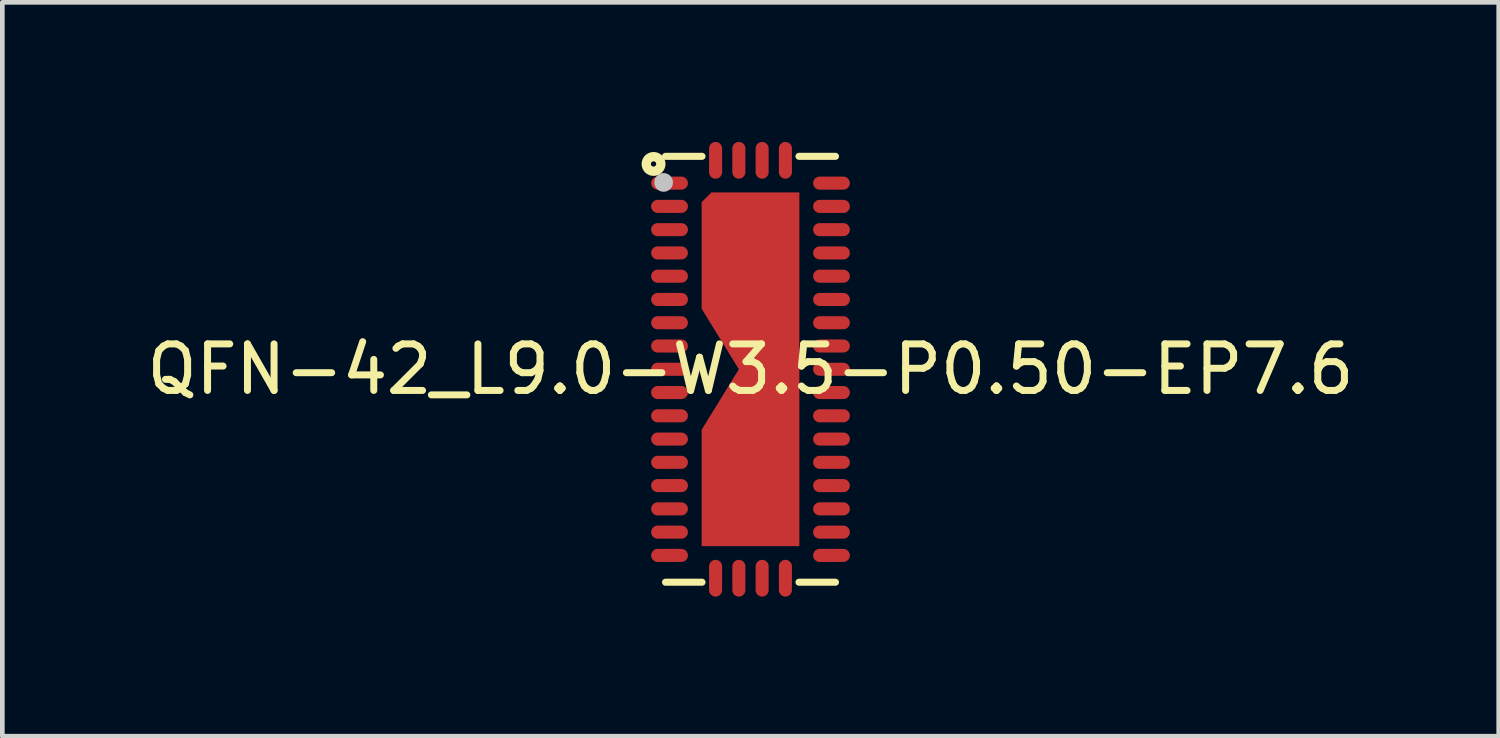
<source format=kicad_pcb>
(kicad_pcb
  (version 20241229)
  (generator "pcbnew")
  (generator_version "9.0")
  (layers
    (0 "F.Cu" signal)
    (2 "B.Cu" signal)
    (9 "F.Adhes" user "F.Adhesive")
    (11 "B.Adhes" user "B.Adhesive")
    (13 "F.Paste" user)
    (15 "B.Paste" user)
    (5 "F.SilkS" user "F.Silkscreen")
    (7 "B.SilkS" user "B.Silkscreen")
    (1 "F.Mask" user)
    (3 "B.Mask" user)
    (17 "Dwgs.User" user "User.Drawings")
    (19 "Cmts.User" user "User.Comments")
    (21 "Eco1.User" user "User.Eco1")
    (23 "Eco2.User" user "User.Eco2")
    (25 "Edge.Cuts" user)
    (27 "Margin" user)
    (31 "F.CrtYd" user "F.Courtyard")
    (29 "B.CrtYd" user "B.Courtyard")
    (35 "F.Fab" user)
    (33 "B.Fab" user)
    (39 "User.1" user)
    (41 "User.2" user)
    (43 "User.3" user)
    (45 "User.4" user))
  (footprint "QFN-42_L9.0-W3.5-P0.50-EP7.6"
    (layer "F.Cu")
    (at 13.077 4.885)
    (property "Reference" "QFN-42_L9.0-W3.5-P0.50-EP7.6" (at 0 0 0) (layer "F.SilkS") (effects (font (size 1 1) (thickness 0.15))))
    (fp_line (start -1.826 -4.576) (end -1.042 -4.576) (stroke (width 0.152) (type default)) (layer "F.SilkS"))
    (fp_line (start -1.826 4.576) (end -1.042 4.576) (stroke (width 0.152) (type default)) (layer "F.SilkS"))
    (fp_line (start 1.826 -4.576) (end 1.042 -4.576) (stroke (width 0.152) (type default)) (layer "F.SilkS"))
    (fp_line (start 1.826 4.576) (end 1.042 4.576) (stroke (width 0.152) (type default)) (layer "F.SilkS"))
    (fp_circle (center -2.083 -4.412) (end -2.026 -4.412) (stroke (width 0.2) (type default)) (fill no) (layer "F.SilkS"))
    (fp_poly (pts (xy -0.84 -3.8) (xy -1.05 -3.59) (xy -1.05 -1.3) (xy -0.25 0) (xy -1.05 1.3) (xy -1.05 3.8) (xy 1.05 3.8) (xy 1.05 -3.8)) (stroke (width 0) (type default)) (fill yes) (layer "F.Paste"))
    (fp_poly (pts (xy -2.002 -1.639) (xy -2.01 -1.639) (xy -2.018 -1.638) (xy -2.026 -1.637) (xy -2.033 -1.635) (xy -2.041 -1.633) (xy -2.047 -1.629) (xy -2.054 -1.627) (xy -2.062 -1.623) (xy -2.068 -1.619) (xy -2.075 -1.615) (xy -2.081 -1.611) (xy -2.087 -1.605) (xy -2.092 -1.6) (xy -2.098 -1.595) (xy -2.103 -1.589) (xy -2.107 -1.583) (xy -2.112 -1.577) (xy -2.116 -1.57) (xy -2.12 -1.563) (xy -2.123 -1.556) (xy -2.126 -1.549) (xy -2.128 -1.542) (xy -2.131 -1.534) (xy -2.132 -1.526) (xy -2.134 -1.519) (xy -2.135 -1.512) (xy -2.135 -1.504) (xy -2.135 -1.496) (xy -2.135 -1.488) (xy -2.134 -1.48) (xy -2.132 -1.473) (xy -2.131 -1.466) (xy -2.128 -1.458) (xy -2.126 -1.451) (xy -2.123 -1.444) (xy -2.12 -1.437) (xy -2.116 -1.43) (xy -2.112 -1.423) (xy -2.107 -1.417) (xy -2.103 -1.411) (xy -2.098 -1.405) (xy -2.092 -1.399) (xy -2.087 -1.395) (xy -2.081 -1.389) (xy -2.075 -1.385) (xy -2.068 -1.381) (xy -2.062 -1.377) (xy -2.054 -1.373) (xy -2.047 -1.37) (xy -2.041 -1.367) (xy -2.033 -1.365) (xy -2.026 -1.363) (xy -2.018 -1.362) (xy -2.01 -1.361) (xy -2.002 -1.36) (xy -1.995 -1.36) (xy -1.485 -1.36) (xy -1.477 -1.36) (xy -1.47 -1.361) (xy -1.462 -1.362) (xy -1.454 -1.363) (xy -1.447 -1.365) (xy -1.44 -1.367) (xy -1.432 -1.37) (xy -1.425 -1.373) (xy -1.419 -1.377) (xy -1.411 -1.381) (xy -1.405 -1.385) (xy -1.399 -1.389) (xy -1.393 -1.395) (xy -1.387 -1.399) (xy -1.382 -1.405) (xy -1.377 -1.411) (xy -1.372 -1.417) (xy -1.367 -1.423) (xy -1.363 -1.43) (xy -1.36 -1.437) (xy -1.357 -1.444) (xy -1.354 -1.451) (xy -1.351 -1.458) (xy -1.349 -1.466) (xy -1.347 -1.473) (xy -1.346 -1.48) (xy -1.345 -1.488) (xy -1.345 -1.496) (xy -1.345 -1.504) (xy -1.345 -1.512) (xy -1.346 -1.519) (xy -1.347 -1.526) (xy -1.349 -1.534) (xy -1.351 -1.542) (xy -1.354 -1.549) (xy -1.357 -1.556) (xy -1.36 -1.563) (xy -1.363 -1.57) (xy -1.367 -1.577) (xy -1.372 -1.583) (xy -1.377 -1.589) (xy -1.382 -1.595) (xy -1.387 -1.6) (xy -1.393 -1.605) (xy -1.399 -1.611) (xy -1.405 -1.615) (xy -1.411 -1.619) (xy -1.419 -1.623) (xy -1.425 -1.627) (xy -1.432 -1.629) (xy -1.44 -1.633) (xy -1.447 -1.635) (xy -1.454 -1.637) (xy -1.462 -1.638) (xy -1.47 -1.639) (xy -1.477 -1.639) (xy -1.485 -1.64) (xy -1.995 -1.64)) (stroke (width 0) (type default)) (fill yes) (layer "F.Paste"))
    (fp_poly (pts (xy -2.002 -0.14) (xy -2.01 -0.139) (xy -2.018 -0.138) (xy -2.026 -0.137) (xy -2.033 -0.135) (xy -2.041 -0.133) (xy -2.047 -0.13) (xy -2.054 -0.127) (xy -2.062 -0.123) (xy -2.068 -0.119) (xy -2.075 -0.115) (xy -2.081 -0.111) (xy -2.087 -0.105) (xy -2.092 -0.101) (xy -2.098 -0.095) (xy -2.103 -0.089) (xy -2.107 -0.083) (xy -2.112 -0.076) (xy -2.116 -0.07) (xy -2.12 -0.063) (xy -2.123 -0.056) (xy -2.126 -0.049) (xy -2.128 -0.042) (xy -2.131 -0.035) (xy -2.132 -0.027) (xy -2.134 -0.019) (xy -2.135 -0.011) (xy -2.135 -0.004) (xy -2.135 0.004) (xy -2.135 0.011) (xy -2.134 0.019) (xy -2.132 0.027) (xy -2.131 0.035) (xy -2.128 0.042) (xy -2.126 0.049) (xy -2.123 0.056) (xy -2.12 0.063) (xy -2.116 0.07) (xy -2.112 0.076) (xy -2.107 0.083) (xy -2.103 0.089) (xy -2.098 0.095) (xy -2.092 0.101) (xy -2.087 0.105) (xy -2.081 0.111) (xy -2.075 0.115) (xy -2.068 0.119) (xy -2.062 0.123) (xy -2.054 0.127) (xy -2.047 0.13) (xy -2.041 0.133) (xy -2.033 0.135) (xy -2.026 0.137) (xy -2.018 0.138) (xy -2.01 0.139) (xy -2.002 0.14) (xy -1.995 0.14) (xy -1.485 0.14) (xy -1.477 0.14) (xy -1.47 0.139) (xy -1.462 0.138) (xy -1.454 0.137) (xy -1.447 0.135) (xy -1.44 0.133) (xy -1.432 0.13) (xy -1.425 0.127) (xy -1.419 0.123) (xy -1.411 0.119) (xy -1.405 0.115) (xy -1.399 0.111) (xy -1.393 0.105) (xy -1.387 0.101) (xy -1.382 0.095) (xy -1.377 0.089) (xy -1.372 0.083) (xy -1.367 0.076) (xy -1.363 0.07) (xy -1.36 0.063) (xy -1.357 0.056) (xy -1.354 0.049) (xy -1.351 0.042) (xy -1.349 0.035) (xy -1.347 0.027) (xy -1.346 0.019) (xy -1.345 0.011) (xy -1.345 0.004) (xy -1.345 -0.004) (xy -1.345 -0.011) (xy -1.346 -0.019) (xy -1.347 -0.027) (xy -1.349 -0.035) (xy -1.351 -0.042) (xy -1.354 -0.049) (xy -1.357 -0.056) (xy -1.36 -0.063) (xy -1.363 -0.07) (xy -1.367 -0.076) (xy -1.372 -0.083) (xy -1.377 -0.089) (xy -1.382 -0.095) (xy -1.387 -0.101) (xy -1.393 -0.105) (xy -1.399 -0.111) (xy -1.405 -0.115) (xy -1.411 -0.119) (xy -1.419 -0.123) (xy -1.425 -0.127) (xy -1.432 -0.13) (xy -1.44 -0.133) (xy -1.447 -0.135) (xy -1.454 -0.137) (xy -1.462 -0.138) (xy -1.47 -0.139) (xy -1.477 -0.14) (xy -1.485 -0.14) (xy -1.995 -0.14)) (stroke (width 0) (type default)) (fill yes) (layer "F.Paste"))
    (fp_poly (pts (xy -2.002 0.36) (xy -2.01 0.361) (xy -2.018 0.362) (xy -2.026 0.363) (xy -2.033 0.365) (xy -2.041 0.367) (xy -2.047 0.37) (xy -2.054 0.373) (xy -2.062 0.377) (xy -2.068 0.381) (xy -2.075 0.385) (xy -2.081 0.39) (xy -2.087 0.395) (xy -2.092 0.4) (xy -2.098 0.406) (xy -2.103 0.411) (xy -2.107 0.417) (xy -2.112 0.423) (xy -2.116 0.43) (xy -2.12 0.437) (xy -2.123 0.444) (xy -2.126 0.451) (xy -2.128 0.459) (xy -2.131 0.466) (xy -2.132 0.473) (xy -2.134 0.481) (xy -2.135 0.488) (xy -2.135 0.496) (xy -2.135 0.504) (xy -2.135 0.511) (xy -2.134 0.519) (xy -2.132 0.527) (xy -2.131 0.534) (xy -2.128 0.542) (xy -2.126 0.549) (xy -2.123 0.556) (xy -2.12 0.564) (xy -2.116 0.57) (xy -2.112 0.577) (xy -2.107 0.583) (xy -2.103 0.589) (xy -2.098 0.595) (xy -2.092 0.601) (xy -2.087 0.606) (xy -2.081 0.611) (xy -2.075 0.615) (xy -2.068 0.62) (xy -2.062 0.624) (xy -2.054 0.626) (xy -2.047 0.63) (xy -2.041 0.632) (xy -2.033 0.635) (xy -2.026 0.637) (xy -2.018 0.638) (xy -2.01 0.639) (xy -2.002 0.64) (xy -1.995 0.64) (xy -1.485 0.64) (xy -1.477 0.64) (xy -1.47 0.639) (xy -1.462 0.638) (xy -1.454 0.637) (xy -1.447 0.635) (xy -1.44 0.632) (xy -1.432 0.63) (xy -1.425 0.626) (xy -1.419 0.624) (xy -1.411 0.62) (xy -1.405 0.615) (xy -1.399 0.611) (xy -1.393 0.606) (xy -1.387 0.601) (xy -1.382 0.595) (xy -1.377 0.589) (xy -1.372 0.583) (xy -1.367 0.577) (xy -1.363 0.57) (xy -1.36 0.564) (xy -1.357 0.556) (xy -1.354 0.549) (xy -1.351 0.542) (xy -1.349 0.534) (xy -1.347 0.527) (xy -1.346 0.519) (xy -1.345 0.511) (xy -1.345 0.504) (xy -1.345 0.496) (xy -1.345 0.488) (xy -1.346 0.481) (xy -1.347 0.473) (xy -1.349 0.466) (xy -1.351 0.459) (xy -1.354 0.451) (xy -1.357 0.444) (xy -1.36 0.437) (xy -1.363 0.43) (xy -1.367 0.423) (xy -1.372 0.417) (xy -1.377 0.411) (xy -1.382 0.406) (xy -1.387 0.4) (xy -1.393 0.395) (xy -1.399 0.39) (xy -1.405 0.385) (xy -1.411 0.381) (xy -1.419 0.377) (xy -1.425 0.373) (xy -1.432 0.37) (xy -1.44 0.367) (xy -1.447 0.365) (xy -1.454 0.363) (xy -1.462 0.362) (xy -1.47 0.361) (xy -1.477 0.36) (xy -1.485 0.36) (xy -1.995 0.36)) (stroke (width 0) (type default)) (fill yes) (layer "F.Paste"))
    (fp_poly (pts (xy -2.002 0.86) (xy -2.01 0.861) (xy -2.018 0.862) (xy -2.026 0.864) (xy -2.033 0.866) (xy -2.041 0.868) (xy -2.047 0.871) (xy -2.054 0.874) (xy -2.062 0.877) (xy -2.068 0.88) (xy -2.075 0.885) (xy -2.081 0.889) (xy -2.087 0.894) (xy -2.092 0.899) (xy -2.098 0.905) (xy -2.103 0.911) (xy -2.107 0.917) (xy -2.112 0.923) (xy -2.116 0.93) (xy -2.12 0.937) (xy -2.123 0.944) (xy -2.126 0.951) (xy -2.128 0.958) (xy -2.131 0.966) (xy -2.132 0.973) (xy -2.134 0.981) (xy -2.135 0.989) (xy -2.135 0.996) (xy -2.135 1.004) (xy -2.135 1.012) (xy -2.134 1.019) (xy -2.132 1.027) (xy -2.131 1.034) (xy -2.128 1.042) (xy -2.126 1.049) (xy -2.123 1.056) (xy -2.12 1.063) (xy -2.116 1.07) (xy -2.112 1.077) (xy -2.107 1.083) (xy -2.103 1.089) (xy -2.098 1.095) (xy -2.092 1.101) (xy -2.087 1.105) (xy -2.081 1.111) (xy -2.075 1.115) (xy -2.068 1.119) (xy -2.062 1.123) (xy -2.054 1.127) (xy -2.047 1.129) (xy -2.041 1.133) (xy -2.033 1.135) (xy -2.026 1.137) (xy -2.018 1.138) (xy -2.01 1.139) (xy -2.002 1.14) (xy -1.995 1.14) (xy -1.485 1.14) (xy -1.477 1.14) (xy -1.47 1.139) (xy -1.462 1.138) (xy -1.454 1.137) (xy -1.447 1.135) (xy -1.44 1.133) (xy -1.432 1.129) (xy -1.425 1.127) (xy -1.419 1.123) (xy -1.411 1.119) (xy -1.405 1.115) (xy -1.399 1.111) (xy -1.393 1.105) (xy -1.387 1.101) (xy -1.382 1.095) (xy -1.377 1.089) (xy -1.372 1.083) (xy -1.367 1.077) (xy -1.363 1.07) (xy -1.36 1.063) (xy -1.357 1.056) (xy -1.354 1.049) (xy -1.351 1.042) (xy -1.349 1.034) (xy -1.347 1.027) (xy -1.346 1.019) (xy -1.345 1.012) (xy -1.345 1.004) (xy -1.345 0.996) (xy -1.345 0.989) (xy -1.346 0.981) (xy -1.347 0.973) (xy -1.349 0.966) (xy -1.351 0.958) (xy -1.354 0.951) (xy -1.357 0.944) (xy -1.36 0.937) (xy -1.363 0.93) (xy -1.367 0.923) (xy -1.372 0.917) (xy -1.377 0.911) (xy -1.382 0.905) (xy -1.387 0.899) (xy -1.393 0.894) (xy -1.399 0.889) (xy -1.405 0.885) (xy -1.411 0.88) (xy -1.419 0.877) (xy -1.425 0.874) (xy -1.432 0.871) (xy -1.44 0.868) (xy -1.447 0.866) (xy -1.454 0.864) (xy -1.462 0.862) (xy -1.47 0.861) (xy -1.477 0.86) (xy -1.485 0.86) (xy -1.995 0.86)) (stroke (width 0) (type default)) (fill yes) (layer "F.Paste"))
    (fp_poly (pts (xy -2.002 1.361) (xy -2.01 1.361) (xy -2.018 1.362) (xy -2.026 1.363) (xy -2.033 1.365) (xy -2.041 1.367) (xy -2.047 1.371) (xy -2.054 1.373) (xy -2.062 1.377) (xy -2.068 1.381) (xy -2.075 1.385) (xy -2.081 1.389) (xy -2.087 1.395) (xy -2.092 1.4) (xy -2.098 1.405) (xy -2.103 1.411) (xy -2.107 1.417) (xy -2.112 1.423) (xy -2.116 1.43) (xy -2.12 1.437) (xy -2.123 1.444) (xy -2.126 1.451) (xy -2.128 1.458) (xy -2.131 1.466) (xy -2.132 1.474) (xy -2.134 1.481) (xy -2.135 1.488) (xy -2.135 1.496) (xy -2.135 1.504) (xy -2.135 1.512) (xy -2.134 1.52) (xy -2.132 1.527) (xy -2.131 1.534) (xy -2.128 1.542) (xy -2.126 1.549) (xy -2.123 1.556) (xy -2.12 1.563) (xy -2.116 1.57) (xy -2.112 1.577) (xy -2.107 1.583) (xy -2.103 1.589) (xy -2.098 1.595) (xy -2.092 1.601) (xy -2.087 1.605) (xy -2.081 1.611) (xy -2.075 1.615) (xy -2.068 1.619) (xy -2.062 1.623) (xy -2.054 1.627) (xy -2.047 1.63) (xy -2.041 1.633) (xy -2.033 1.635) (xy -2.026 1.637) (xy -2.018 1.638) (xy -2.01 1.639) (xy -2.002 1.64) (xy -1.995 1.64) (xy -1.485 1.64) (xy -1.477 1.64) (xy -1.47 1.639) (xy -1.462 1.638) (xy -1.454 1.637) (xy -1.447 1.635) (xy -1.44 1.633) (xy -1.432 1.63) (xy -1.425 1.627) (xy -1.419 1.623) (xy -1.411 1.619) (xy -1.405 1.615) (xy -1.399 1.611) (xy -1.393 1.605) (xy -1.387 1.601) (xy -1.382 1.595) (xy -1.377 1.589) (xy -1.372 1.583) (xy -1.367 1.577) (xy -1.363 1.57) (xy -1.36 1.563) (xy -1.357 1.556) (xy -1.354 1.549) (xy -1.351 1.542) (xy -1.349 1.534) (xy -1.347 1.527) (xy -1.346 1.52) (xy -1.345 1.512) (xy -1.345 1.504) (xy -1.345 1.496) (xy -1.345 1.488) (xy -1.346 1.481) (xy -1.347 1.474) (xy -1.349 1.466) (xy -1.351 1.458) (xy -1.354 1.451) (xy -1.357 1.444) (xy -1.36 1.437) (xy -1.363 1.43) (xy -1.367 1.423) (xy -1.372 1.417) (xy -1.377 1.411) (xy -1.382 1.405) (xy -1.387 1.4) (xy -1.393 1.395) (xy -1.399 1.389) (xy -1.405 1.385) (xy -1.411 1.381) (xy -1.419 1.377) (xy -1.425 1.373) (xy -1.432 1.371) (xy -1.44 1.367) (xy -1.447 1.365) (xy -1.454 1.363) (xy -1.462 1.362) (xy -1.47 1.361) (xy -1.477 1.361) (xy -1.485 1.36) (xy -1.995 1.36)) (stroke (width 0) (type default)) (fill yes) (layer "F.Paste"))
    (fp_poly (pts (xy -2.002 1.86) (xy -2.01 1.861) (xy -2.018 1.862) (xy -2.026 1.863) (xy -2.033 1.865) (xy -2.041 1.867) (xy -2.047 1.871) (xy -2.054 1.873) (xy -2.062 1.877) (xy -2.068 1.881) (xy -2.075 1.885) (xy -2.081 1.889) (xy -2.087 1.895) (xy -2.092 1.899) (xy -2.098 1.905) (xy -2.103 1.911) (xy -2.107 1.917) (xy -2.112 1.923) (xy -2.116 1.93) (xy -2.12 1.937) (xy -2.123 1.944) (xy -2.126 1.951) (xy -2.128 1.958) (xy -2.131 1.966) (xy -2.132 1.973) (xy -2.134 1.981) (xy -2.135 1.988) (xy -2.135 1.996) (xy -2.135 2.004) (xy -2.135 2.011) (xy -2.134 2.019) (xy -2.132 2.027) (xy -2.131 2.034) (xy -2.128 2.042) (xy -2.126 2.049) (xy -2.123 2.056) (xy -2.12 2.063) (xy -2.116 2.07) (xy -2.112 2.076) (xy -2.107 2.083) (xy -2.103 2.089) (xy -2.098 2.095) (xy -2.092 2.1) (xy -2.087 2.106) (xy -2.081 2.111) (xy -2.075 2.115) (xy -2.068 2.119) (xy -2.062 2.123) (xy -2.054 2.127) (xy -2.047 2.13) (xy -2.041 2.132) (xy -2.033 2.135) (xy -2.026 2.136) (xy -2.018 2.138) (xy -2.01 2.139) (xy -2.002 2.14) (xy -1.995 2.14) (xy -1.485 2.14) (xy -1.477 2.14) (xy -1.47 2.139) (xy -1.462 2.138) (xy -1.454 2.136) (xy -1.447 2.135) (xy -1.44 2.132) (xy -1.432 2.13) (xy -1.425 2.127) (xy -1.419 2.123) (xy -1.411 2.119) (xy -1.405 2.115) (xy -1.399 2.111) (xy -1.393 2.106) (xy -1.387 2.1) (xy -1.382 2.095) (xy -1.377 2.089) (xy -1.372 2.083) (xy -1.367 2.076) (xy -1.363 2.07) (xy -1.36 2.063) (xy -1.357 2.056) (xy -1.354 2.049) (xy -1.351 2.042) (xy -1.349 2.034) (xy -1.347 2.027) (xy -1.346 2.019) (xy -1.345 2.011) (xy -1.345 2.004) (xy -1.345 1.996) (xy -1.345 1.988) (xy -1.346 1.981) (xy -1.347 1.973) (xy -1.349 1.966) (xy -1.351 1.958) (xy -1.354 1.951) (xy -1.357 1.944) (xy -1.36 1.937) (xy -1.363 1.93) (xy -1.367 1.923) (xy -1.372 1.917) (xy -1.377 1.911) (xy -1.382 1.905) (xy -1.387 1.899) (xy -1.393 1.895) (xy -1.399 1.889) (xy -1.405 1.885) (xy -1.411 1.881) (xy -1.419 1.877) (xy -1.425 1.873) (xy -1.432 1.871) (xy -1.44 1.867) (xy -1.447 1.865) (xy -1.454 1.863) (xy -1.462 1.862) (xy -1.47 1.861) (xy -1.477 1.86) (xy -1.485 1.86) (xy -1.995 1.86)) (stroke (width 0) (type default)) (fill yes) (layer "F.Paste"))
    (fp_poly (pts (xy -2.002 3.86) (xy -2.01 3.861) (xy -2.018 3.862) (xy -2.026 3.864) (xy -2.033 3.865) (xy -2.041 3.868) (xy -2.047 3.87) (xy -2.054 3.873) (xy -2.062 3.877) (xy -2.068 3.881) (xy -2.075 3.885) (xy -2.081 3.889) (xy -2.087 3.894) (xy -2.092 3.9) (xy -2.098 3.905) (xy -2.103 3.911) (xy -2.107 3.917) (xy -2.112 3.924) (xy -2.116 3.93) (xy -2.12 3.937) (xy -2.123 3.944) (xy -2.126 3.951) (xy -2.128 3.958) (xy -2.131 3.966) (xy -2.132 3.973) (xy -2.134 3.981) (xy -2.135 3.989) (xy -2.135 3.996) (xy -2.135 4.004) (xy -2.135 4.011) (xy -2.134 4.019) (xy -2.132 4.027) (xy -2.131 4.035) (xy -2.128 4.042) (xy -2.126 4.049) (xy -2.123 4.056) (xy -2.12 4.063) (xy -2.116 4.07) (xy -2.112 4.077) (xy -2.107 4.083) (xy -2.103 4.089) (xy -2.098 4.095) (xy -2.092 4.101) (xy -2.087 4.106) (xy -2.081 4.111) (xy -2.075 4.115) (xy -2.068 4.12) (xy -2.062 4.123) (xy -2.054 4.127) (xy -2.047 4.13) (xy -2.041 4.133) (xy -2.033 4.135) (xy -2.026 4.136) (xy -2.018 4.138) (xy -2.01 4.139) (xy -2.002 4.14) (xy -1.995 4.14) (xy -1.485 4.14) (xy -1.477 4.14) (xy -1.47 4.139) (xy -1.462 4.138) (xy -1.454 4.136) (xy -1.447 4.135) (xy -1.44 4.133) (xy -1.432 4.13) (xy -1.425 4.127) (xy -1.419 4.123) (xy -1.411 4.12) (xy -1.405 4.115) (xy -1.399 4.111) (xy -1.393 4.106) (xy -1.387 4.101) (xy -1.382 4.095) (xy -1.377 4.089) (xy -1.372 4.083) (xy -1.367 4.077) (xy -1.363 4.07) (xy -1.36 4.063) (xy -1.357 4.056) (xy -1.354 4.049) (xy -1.351 4.042) (xy -1.349 4.035) (xy -1.347 4.027) (xy -1.346 4.019) (xy -1.345 4.011) (xy -1.345 4.004) (xy -1.345 3.996) (xy -1.345 3.989) (xy -1.346 3.981) (xy -1.347 3.973) (xy -1.349 3.966) (xy -1.351 3.958) (xy -1.354 3.951) (xy -1.357 3.944) (xy -1.36 3.937) (xy -1.363 3.93) (xy -1.367 3.924) (xy -1.372 3.917) (xy -1.377 3.911) (xy -1.382 3.905) (xy -1.387 3.9) (xy -1.393 3.894) (xy -1.399 3.889) (xy -1.405 3.885) (xy -1.411 3.881) (xy -1.419 3.877) (xy -1.425 3.873) (xy -1.432 3.87) (xy -1.44 3.868) (xy -1.447 3.865) (xy -1.454 3.864) (xy -1.462 3.862) (xy -1.47 3.861) (xy -1.477 3.86) (xy -1.485 3.86) (xy -1.995 3.86)) (stroke (width 0) (type default)) (fill yes) (layer "F.Paste"))
    (fp_poly (pts (xy -1.47 -4.139) (xy -1.477 -4.14) (xy -1.485 -4.14) (xy -1.995 -4.14) (xy -2.002 -4.14) (xy -2.01 -4.139) (xy -2.018 -4.138) (xy -2.026 -4.136) (xy -2.033 -4.135) (xy -2.041 -4.133) (xy -2.047 -4.13) (xy -2.054 -4.127) (xy -2.062 -4.123) (xy -2.068 -4.12) (xy -2.075 -4.115) (xy -2.081 -4.111) (xy -2.087 -4.106) (xy -2.092 -4.101) (xy -2.098 -4.095) (xy -2.103 -4.089) (xy -2.107 -4.083) (xy -2.112 -4.077) (xy -2.116 -4.07) (xy -2.12 -4.063) (xy -2.123 -4.056) (xy -2.126 -4.049) (xy -2.128 -4.042) (xy -2.131 -4.035) (xy -2.132 -4.027) (xy -2.134 -4.019) (xy -2.135 -4.011) (xy -2.135 -4.004) (xy -2.135 -3.996) (xy -2.135 -3.989) (xy -2.134 -3.981) (xy -2.132 -3.973) (xy -2.131 -3.966) (xy -2.128 -3.958) (xy -2.126 -3.951) (xy -2.123 -3.944) (xy -2.12 -3.937) (xy -2.116 -3.93) (xy -2.112 -3.924) (xy -2.107 -3.917) (xy -2.103 -3.911) (xy -2.098 -3.905) (xy -2.092 -3.9) (xy -2.087 -3.894) (xy -2.081 -3.889) (xy -2.075 -3.885) (xy -2.068 -3.881) (xy -2.062 -3.877) (xy -2.054 -3.873) (xy -2.047 -3.87) (xy -2.041 -3.868) (xy -2.033 -3.865) (xy -2.026 -3.864) (xy -2.018 -3.862) (xy -2.01 -3.861) (xy -2.002 -3.86) (xy -1.995 -3.86) (xy -1.485 -3.86) (xy -1.477 -3.86) (xy -1.47 -3.861) (xy -1.462 -3.862) (xy -1.454 -3.864) (xy -1.447 -3.865) (xy -1.44 -3.868) (xy -1.432 -3.87) (xy -1.425 -3.873) (xy -1.419 -3.877) (xy -1.411 -3.881) (xy -1.405 -3.885) (xy -1.399 -3.889) (xy -1.393 -3.894) (xy -1.387 -3.9) (xy -1.382 -3.905) (xy -1.377 -3.911) (xy -1.372 -3.917) (xy -1.367 -3.924) (xy -1.363 -3.93) (xy -1.36 -3.937) (xy -1.357 -3.944) (xy -1.354 -3.951) (xy -1.351 -3.958) (xy -1.349 -3.966) (xy -1.347 -3.973) (xy -1.346 -3.981) (xy -1.345 -3.989) (xy -1.345 -3.996) (xy -1.345 -4.004) (xy -1.345 -4.011) (xy -1.346 -4.019) (xy -1.347 -4.027) (xy -1.349 -4.035) (xy -1.351 -4.042) (xy -1.354 -4.049) (xy -1.357 -4.056) (xy -1.36 -4.063) (xy -1.363 -4.07) (xy -1.367 -4.077) (xy -1.372 -4.083) (xy -1.377 -4.089) (xy -1.382 -4.095) (xy -1.387 -4.101) (xy -1.393 -4.106) (xy -1.399 -4.111) (xy -1.405 -4.115) (xy -1.411 -4.12) (xy -1.419 -4.123) (xy -1.425 -4.127) (xy -1.432 -4.13) (xy -1.44 -4.133) (xy -1.447 -4.135) (xy -1.454 -4.136) (xy -1.462 -4.138)) (stroke (width 0) (type default)) (fill yes) (layer "F.Paste"))
    (fp_poly (pts (xy -1.47 -3.639) (xy -1.477 -3.639) (xy -1.485 -3.64) (xy -1.995 -3.64) (xy -2.002 -3.639) (xy -2.01 -3.639) (xy -2.018 -3.638) (xy -2.026 -3.636) (xy -2.033 -3.635) (xy -2.041 -3.632) (xy -2.047 -3.63) (xy -2.054 -3.627) (xy -2.062 -3.623) (xy -2.068 -3.619) (xy -2.075 -3.615) (xy -2.081 -3.611) (xy -2.087 -3.606) (xy -2.092 -3.6) (xy -2.098 -3.595) (xy -2.103 -3.589) (xy -2.107 -3.583) (xy -2.112 -3.576) (xy -2.116 -3.57) (xy -2.12 -3.563) (xy -2.123 -3.556) (xy -2.126 -3.549) (xy -2.128 -3.542) (xy -2.131 -3.534) (xy -2.132 -3.526) (xy -2.134 -3.519) (xy -2.135 -3.511) (xy -2.135 -3.503) (xy -2.135 -3.496) (xy -2.135 -3.489) (xy -2.134 -3.481) (xy -2.132 -3.473) (xy -2.131 -3.466) (xy -2.128 -3.458) (xy -2.126 -3.451) (xy -2.123 -3.443) (xy -2.12 -3.437) (xy -2.116 -3.43) (xy -2.112 -3.424) (xy -2.107 -3.417) (xy -2.103 -3.411) (xy -2.098 -3.405) (xy -2.092 -3.4) (xy -2.087 -3.394) (xy -2.081 -3.389) (xy -2.075 -3.385) (xy -2.068 -3.381) (xy -2.062 -3.377) (xy -2.054 -3.373) (xy -2.047 -3.37) (xy -2.041 -3.368) (xy -2.033 -3.365) (xy -2.026 -3.363) (xy -2.018 -3.362) (xy -2.01 -3.361) (xy -2.002 -3.36) (xy -1.995 -3.36) (xy -1.485 -3.36) (xy -1.477 -3.36) (xy -1.47 -3.361) (xy -1.462 -3.362) (xy -1.454 -3.363) (xy -1.447 -3.365) (xy -1.44 -3.368) (xy -1.432 -3.37) (xy -1.425 -3.373) (xy -1.419 -3.377) (xy -1.411 -3.381) (xy -1.405 -3.385) (xy -1.399 -3.389) (xy -1.393 -3.394) (xy -1.387 -3.4) (xy -1.382 -3.405) (xy -1.377 -3.411) (xy -1.372 -3.417) (xy -1.367 -3.424) (xy -1.363 -3.43) (xy -1.36 -3.437) (xy -1.357 -3.443) (xy -1.354 -3.451) (xy -1.351 -3.458) (xy -1.349 -3.466) (xy -1.347 -3.473) (xy -1.346 -3.481) (xy -1.345 -3.489) (xy -1.345 -3.496) (xy -1.345 -3.503) (xy -1.345 -3.511) (xy -1.346 -3.519) (xy -1.347 -3.526) (xy -1.349 -3.534) (xy -1.351 -3.542) (xy -1.354 -3.549) (xy -1.357 -3.556) (xy -1.36 -3.563) (xy -1.363 -3.57) (xy -1.367 -3.576) (xy -1.372 -3.583) (xy -1.377 -3.589) (xy -1.382 -3.595) (xy -1.387 -3.6) (xy -1.393 -3.606) (xy -1.399 -3.611) (xy -1.405 -3.615) (xy -1.411 -3.619) (xy -1.419 -3.623) (xy -1.425 -3.627) (xy -1.432 -3.63) (xy -1.44 -3.632) (xy -1.447 -3.635) (xy -1.454 -3.636) (xy -1.462 -3.638)) (stroke (width 0) (type default)) (fill yes) (layer "F.Paste"))
    (fp_poly (pts (xy -1.47 -3.139) (xy -1.477 -3.14) (xy -1.485 -3.14) (xy -1.995 -3.14) (xy -2.002 -3.14) (xy -2.01 -3.139) (xy -2.018 -3.138) (xy -2.026 -3.136) (xy -2.033 -3.135) (xy -2.041 -3.132) (xy -2.047 -3.13) (xy -2.054 -3.127) (xy -2.062 -3.123) (xy -2.068 -3.119) (xy -2.075 -3.115) (xy -2.081 -3.111) (xy -2.087 -3.106) (xy -2.092 -3.1) (xy -2.098 -3.095) (xy -2.103 -3.089) (xy -2.107 -3.083) (xy -2.112 -3.076) (xy -2.116 -3.07) (xy -2.12 -3.063) (xy -2.123 -3.056) (xy -2.126 -3.049) (xy -2.128 -3.042) (xy -2.131 -3.034) (xy -2.132 -3.027) (xy -2.134 -3.019) (xy -2.135 -3.011) (xy -2.135 -3.004) (xy -2.135 -2.996) (xy -2.135 -2.989) (xy -2.134 -2.981) (xy -2.132 -2.973) (xy -2.131 -2.966) (xy -2.128 -2.958) (xy -2.126 -2.951) (xy -2.123 -2.944) (xy -2.12 -2.937) (xy -2.116 -2.93) (xy -2.112 -2.924) (xy -2.107 -2.917) (xy -2.103 -2.911) (xy -2.098 -2.905) (xy -2.092 -2.9) (xy -2.087 -2.894) (xy -2.081 -2.889) (xy -2.075 -2.885) (xy -2.068 -2.881) (xy -2.062 -2.877) (xy -2.054 -2.873) (xy -2.047 -2.87) (xy -2.041 -2.868) (xy -2.033 -2.865) (xy -2.026 -2.864) (xy -2.018 -2.862) (xy -2.01 -2.861) (xy -2.002 -2.86) (xy -1.995 -2.86) (xy -1.485 -2.86) (xy -1.477 -2.86) (xy -1.47 -2.861) (xy -1.462 -2.862) (xy -1.454 -2.864) (xy -1.447 -2.865) (xy -1.44 -2.868) (xy -1.432 -2.87) (xy -1.425 -2.873) (xy -1.419 -2.877) (xy -1.411 -2.881) (xy -1.405 -2.885) (xy -1.399 -2.889) (xy -1.393 -2.894) (xy -1.387 -2.9) (xy -1.382 -2.905) (xy -1.377 -2.911) (xy -1.372 -2.917) (xy -1.367 -2.924) (xy -1.363 -2.93) (xy -1.36 -2.937) (xy -1.357 -2.944) (xy -1.354 -2.951) (xy -1.351 -2.958) (xy -1.349 -2.966) (xy -1.347 -2.973) (xy -1.346 -2.981) (xy -1.345 -2.989) (xy -1.345 -2.996) (xy -1.345 -3.004) (xy -1.345 -3.011) (xy -1.346 -3.019) (xy -1.347 -3.027) (xy -1.349 -3.034) (xy -1.351 -3.042) (xy -1.354 -3.049) (xy -1.357 -3.056) (xy -1.36 -3.063) (xy -1.363 -3.07) (xy -1.367 -3.076) (xy -1.372 -3.083) (xy -1.377 -3.089) (xy -1.382 -3.095) (xy -1.387 -3.1) (xy -1.393 -3.106) (xy -1.399 -3.111) (xy -1.405 -3.115) (xy -1.411 -3.119) (xy -1.419 -3.123) (xy -1.425 -3.127) (xy -1.432 -3.13) (xy -1.44 -3.132) (xy -1.447 -3.135) (xy -1.454 -3.136) (xy -1.462 -3.138)) (stroke (width 0) (type default)) (fill yes) (layer "F.Paste"))
    (fp_poly (pts (xy -1.47 -2.639) (xy -1.477 -2.639) (xy -1.485 -2.64) (xy -1.995 -2.64) (xy -2.002 -2.639) (xy -2.01 -2.639) (xy -2.018 -2.638) (xy -2.026 -2.636) (xy -2.033 -2.635) (xy -2.041 -2.632) (xy -2.047 -2.63) (xy -2.054 -2.627) (xy -2.062 -2.623) (xy -2.068 -2.619) (xy -2.075 -2.615) (xy -2.081 -2.611) (xy -2.087 -2.606) (xy -2.092 -2.6) (xy -2.098 -2.595) (xy -2.103 -2.589) (xy -2.107 -2.583) (xy -2.112 -2.576) (xy -2.116 -2.57) (xy -2.12 -2.563) (xy -2.123 -2.556) (xy -2.126 -2.549) (xy -2.128 -2.542) (xy -2.131 -2.534) (xy -2.132 -2.526) (xy -2.134 -2.519) (xy -2.135 -2.511) (xy -2.135 -2.503) (xy -2.135 -2.496) (xy -2.135 -2.489) (xy -2.134 -2.481) (xy -2.132 -2.473) (xy -2.131 -2.466) (xy -2.128 -2.458) (xy -2.126 -2.451) (xy -2.123 -2.443) (xy -2.12 -2.437) (xy -2.116 -2.43) (xy -2.112 -2.424) (xy -2.107 -2.417) (xy -2.103 -2.411) (xy -2.098 -2.405) (xy -2.092 -2.4) (xy -2.087 -2.394) (xy -2.081 -2.389) (xy -2.075 -2.385) (xy -2.068 -2.381) (xy -2.062 -2.377) (xy -2.054 -2.373) (xy -2.047 -2.37) (xy -2.041 -2.368) (xy -2.033 -2.365) (xy -2.026 -2.363) (xy -2.018 -2.362) (xy -2.01 -2.361) (xy -2.002 -2.36) (xy -1.995 -2.36) (xy -1.485 -2.36) (xy -1.477 -2.36) (xy -1.47 -2.361) (xy -1.462 -2.362) (xy -1.454 -2.363) (xy -1.447 -2.365) (xy -1.44 -2.368) (xy -1.432 -2.37) (xy -1.425 -2.373) (xy -1.419 -2.377) (xy -1.411 -2.381) (xy -1.405 -2.385) (xy -1.399 -2.389) (xy -1.393 -2.394) (xy -1.387 -2.4) (xy -1.382 -2.405) (xy -1.377 -2.411) (xy -1.372 -2.417) (xy -1.367 -2.424) (xy -1.363 -2.43) (xy -1.36 -2.437) (xy -1.357 -2.443) (xy -1.354 -2.451) (xy -1.351 -2.458) (xy -1.349 -2.466) (xy -1.347 -2.473) (xy -1.346 -2.481) (xy -1.345 -2.489) (xy -1.345 -2.496) (xy -1.345 -2.503) (xy -1.345 -2.511) (xy -1.346 -2.519) (xy -1.347 -2.526) (xy -1.349 -2.534) (xy -1.351 -2.542) (xy -1.354 -2.549) (xy -1.357 -2.556) (xy -1.36 -2.563) (xy -1.363 -2.57) (xy -1.367 -2.576) (xy -1.372 -2.583) (xy -1.377 -2.589) (xy -1.382 -2.595) (xy -1.387 -2.6) (xy -1.393 -2.606) (xy -1.399 -2.611) (xy -1.405 -2.615) (xy -1.411 -2.619) (xy -1.419 -2.623) (xy -1.425 -2.627) (xy -1.432 -2.63) (xy -1.44 -2.632) (xy -1.447 -2.635) (xy -1.454 -2.636) (xy -1.462 -2.638)) (stroke (width 0) (type default)) (fill yes) (layer "F.Paste"))
    (fp_poly (pts (xy -1.47 -2.139) (xy -1.477 -2.14) (xy -1.485 -2.14) (xy -1.995 -2.14) (xy -2.002 -2.14) (xy -2.01 -2.139) (xy -2.018 -2.138) (xy -2.026 -2.136) (xy -2.033 -2.135) (xy -2.041 -2.132) (xy -2.047 -2.13) (xy -2.054 -2.127) (xy -2.062 -2.123) (xy -2.068 -2.119) (xy -2.075 -2.115) (xy -2.081 -2.111) (xy -2.087 -2.106) (xy -2.092 -2.1) (xy -2.098 -2.095) (xy -2.103 -2.089) (xy -2.107 -2.083) (xy -2.112 -2.076) (xy -2.116 -2.07) (xy -2.12 -2.063) (xy -2.123 -2.056) (xy -2.126 -2.049) (xy -2.128 -2.042) (xy -2.131 -2.034) (xy -2.132 -2.027) (xy -2.134 -2.019) (xy -2.135 -2.011) (xy -2.135 -2.004) (xy -2.135 -1.996) (xy -2.135 -1.988) (xy -2.134 -1.981) (xy -2.132 -1.973) (xy -2.131 -1.966) (xy -2.128 -1.958) (xy -2.126 -1.951) (xy -2.123 -1.944) (xy -2.12 -1.937) (xy -2.116 -1.93) (xy -2.112 -1.923) (xy -2.107 -1.917) (xy -2.103 -1.911) (xy -2.098 -1.905) (xy -2.092 -1.899) (xy -2.087 -1.895) (xy -2.081 -1.889) (xy -2.075 -1.885) (xy -2.068 -1.881) (xy -2.062 -1.877) (xy -2.054 -1.873) (xy -2.047 -1.871) (xy -2.041 -1.867) (xy -2.033 -1.865) (xy -2.026 -1.863) (xy -2.018 -1.862) (xy -2.01 -1.861) (xy -2.002 -1.86) (xy -1.995 -1.86) (xy -1.485 -1.86) (xy -1.477 -1.86) (xy -1.47 -1.861) (xy -1.462 -1.862) (xy -1.454 -1.863) (xy -1.447 -1.865) (xy -1.44 -1.867) (xy -1.432 -1.871) (xy -1.425 -1.873) (xy -1.419 -1.877) (xy -1.411 -1.881) (xy -1.405 -1.885) (xy -1.399 -1.889) (xy -1.393 -1.895) (xy -1.387 -1.899) (xy -1.382 -1.905) (xy -1.377 -1.911) (xy -1.372 -1.917) (xy -1.367 -1.923) (xy -1.363 -1.93) (xy -1.36 -1.937) (xy -1.357 -1.944) (xy -1.354 -1.951) (xy -1.351 -1.958) (xy -1.349 -1.966) (xy -1.347 -1.973) (xy -1.346 -1.981) (xy -1.345 -1.988) (xy -1.345 -1.996) (xy -1.345 -2.004) (xy -1.345 -2.011) (xy -1.346 -2.019) (xy -1.347 -2.027) (xy -1.349 -2.034) (xy -1.351 -2.042) (xy -1.354 -2.049) (xy -1.357 -2.056) (xy -1.36 -2.063) (xy -1.363 -2.07) (xy -1.367 -2.076) (xy -1.372 -2.083) (xy -1.377 -2.089) (xy -1.382 -2.095) (xy -1.387 -2.1) (xy -1.393 -2.106) (xy -1.399 -2.111) (xy -1.405 -2.115) (xy -1.411 -2.119) (xy -1.419 -2.123) (xy -1.425 -2.127) (xy -1.432 -2.13) (xy -1.44 -2.132) (xy -1.447 -2.135) (xy -1.454 -2.136) (xy -1.462 -2.138)) (stroke (width 0) (type default)) (fill yes) (layer "F.Paste"))
    (fp_poly (pts (xy -1.47 -1.139) (xy -1.477 -1.14) (xy -1.485 -1.14) (xy -1.995 -1.14) (xy -2.002 -1.14) (xy -2.01 -1.139) (xy -2.018 -1.138) (xy -2.026 -1.137) (xy -2.033 -1.135) (xy -2.041 -1.133) (xy -2.047 -1.129) (xy -2.054 -1.127) (xy -2.062 -1.123) (xy -2.068 -1.119) (xy -2.075 -1.115) (xy -2.081 -1.111) (xy -2.087 -1.105) (xy -2.092 -1.101) (xy -2.098 -1.095) (xy -2.103 -1.089) (xy -2.107 -1.083) (xy -2.112 -1.077) (xy -2.116 -1.07) (xy -2.12 -1.063) (xy -2.123 -1.056) (xy -2.126 -1.049) (xy -2.128 -1.042) (xy -2.131 -1.034) (xy -2.132 -1.027) (xy -2.134 -1.019) (xy -2.135 -1.012) (xy -2.135 -1.004) (xy -2.135 -0.996) (xy -2.135 -0.989) (xy -2.134 -0.981) (xy -2.132 -0.973) (xy -2.131 -0.966) (xy -2.128 -0.958) (xy -2.126 -0.951) (xy -2.123 -0.944) (xy -2.12 -0.937) (xy -2.116 -0.93) (xy -2.112 -0.923) (xy -2.107 -0.917) (xy -2.103 -0.911) (xy -2.098 -0.905) (xy -2.092 -0.899) (xy -2.087 -0.894) (xy -2.081 -0.889) (xy -2.075 -0.885) (xy -2.068 -0.88) (xy -2.062 -0.877) (xy -2.054 -0.874) (xy -2.047 -0.871) (xy -2.041 -0.868) (xy -2.033 -0.866) (xy -2.026 -0.864) (xy -2.018 -0.862) (xy -2.01 -0.861) (xy -2.002 -0.86) (xy -1.995 -0.86) (xy -1.485 -0.86) (xy -1.477 -0.86) (xy -1.47 -0.861) (xy -1.462 -0.862) (xy -1.454 -0.864) (xy -1.447 -0.866) (xy -1.44 -0.868) (xy -1.432 -0.871) (xy -1.425 -0.874) (xy -1.419 -0.877) (xy -1.411 -0.88) (xy -1.405 -0.885) (xy -1.399 -0.889) (xy -1.393 -0.894) (xy -1.387 -0.899) (xy -1.382 -0.905) (xy -1.377 -0.911) (xy -1.372 -0.917) (xy -1.367 -0.923) (xy -1.363 -0.93) (xy -1.36 -0.937) (xy -1.357 -0.944) (xy -1.354 -0.951) (xy -1.351 -0.958) (xy -1.349 -0.966) (xy -1.347 -0.973) (xy -1.346 -0.981) (xy -1.345 -0.989) (xy -1.345 -0.996) (xy -1.345 -1.004) (xy -1.345 -1.012) (xy -1.346 -1.019) (xy -1.347 -1.027) (xy -1.349 -1.034) (xy -1.351 -1.042) (xy -1.354 -1.049) (xy -1.357 -1.056) (xy -1.36 -1.063) (xy -1.363 -1.07) (xy -1.367 -1.077) (xy -1.372 -1.083) (xy -1.377 -1.089) (xy -1.382 -1.095) (xy -1.387 -1.101) (xy -1.393 -1.105) (xy -1.399 -1.111) (xy -1.405 -1.115) (xy -1.411 -1.119) (xy -1.419 -1.123) (xy -1.425 -1.127) (xy -1.432 -1.129) (xy -1.44 -1.133) (xy -1.447 -1.135) (xy -1.454 -1.137) (xy -1.462 -1.138)) (stroke (width 0) (type default)) (fill yes) (layer "F.Paste"))
    (fp_poly (pts (xy -1.47 -0.639) (xy -1.477 -0.639) (xy -1.485 -0.64) (xy -1.995 -0.64) (xy -2.002 -0.639) (xy -2.01 -0.639) (xy -2.018 -0.638) (xy -2.026 -0.636) (xy -2.033 -0.634) (xy -2.041 -0.632) (xy -2.047 -0.629) (xy -2.054 -0.626) (xy -2.062 -0.623) (xy -2.068 -0.619) (xy -2.075 -0.615) (xy -2.081 -0.611) (xy -2.087 -0.606) (xy -2.092 -0.6) (xy -2.098 -0.595) (xy -2.103 -0.589) (xy -2.107 -0.583) (xy -2.112 -0.577) (xy -2.116 -0.57) (xy -2.12 -0.563) (xy -2.123 -0.556) (xy -2.126 -0.549) (xy -2.128 -0.541) (xy -2.131 -0.534) (xy -2.132 -0.526) (xy -2.134 -0.519) (xy -2.135 -0.511) (xy -2.135 -0.503) (xy -2.135 -0.496) (xy -2.135 -0.488) (xy -2.134 -0.48) (xy -2.132 -0.473) (xy -2.131 -0.466) (xy -2.128 -0.458) (xy -2.126 -0.451) (xy -2.123 -0.444) (xy -2.12 -0.436) (xy -2.116 -0.43) (xy -2.112 -0.423) (xy -2.107 -0.417) (xy -2.103 -0.411) (xy -2.098 -0.405) (xy -2.092 -0.4) (xy -2.087 -0.395) (xy -2.081 -0.39) (xy -2.075 -0.385) (xy -2.068 -0.381) (xy -2.062 -0.377) (xy -2.054 -0.373) (xy -2.047 -0.37) (xy -2.041 -0.367) (xy -2.033 -0.365) (xy -2.026 -0.363) (xy -2.018 -0.362) (xy -2.01 -0.36) (xy -2.002 -0.36) (xy -1.995 -0.36) (xy -1.485 -0.36) (xy -1.477 -0.36) (xy -1.47 -0.36) (xy -1.462 -0.362) (xy -1.454 -0.363) (xy -1.447 -0.365) (xy -1.44 -0.367) (xy -1.432 -0.37) (xy -1.425 -0.373) (xy -1.419 -0.377) (xy -1.411 -0.381) (xy -1.405 -0.385) (xy -1.399 -0.39) (xy -1.393 -0.395) (xy -1.387 -0.4) (xy -1.382 -0.405) (xy -1.377 -0.411) (xy -1.372 -0.417) (xy -1.367 -0.423) (xy -1.363 -0.43) (xy -1.36 -0.436) (xy -1.357 -0.444) (xy -1.354 -0.451) (xy -1.351 -0.458) (xy -1.349 -0.466) (xy -1.347 -0.473) (xy -1.346 -0.48) (xy -1.345 -0.488) (xy -1.345 -0.496) (xy -1.345 -0.503) (xy -1.345 -0.511) (xy -1.346 -0.519) (xy -1.347 -0.526) (xy -1.349 -0.534) (xy -1.351 -0.541) (xy -1.354 -0.549) (xy -1.357 -0.556) (xy -1.36 -0.563) (xy -1.363 -0.57) (xy -1.367 -0.577) (xy -1.372 -0.583) (xy -1.377 -0.589) (xy -1.382 -0.595) (xy -1.387 -0.6) (xy -1.393 -0.606) (xy -1.399 -0.611) (xy -1.405 -0.615) (xy -1.411 -0.619) (xy -1.419 -0.623) (xy -1.425 -0.626) (xy -1.432 -0.629) (xy -1.44 -0.632) (xy -1.447 -0.634) (xy -1.454 -0.636) (xy -1.462 -0.638)) (stroke (width 0) (type default)) (fill yes) (layer "F.Paste"))
    (fp_poly (pts (xy -1.47 2.361) (xy -1.477 2.361) (xy -1.485 2.36) (xy -1.995 2.36) (xy -2.002 2.361) (xy -2.01 2.361) (xy -2.018 2.362) (xy -2.026 2.364) (xy -2.033 2.365) (xy -2.041 2.368) (xy -2.047 2.37) (xy -2.054 2.373) (xy -2.062 2.377) (xy -2.068 2.381) (xy -2.075 2.385) (xy -2.081 2.389) (xy -2.087 2.394) (xy -2.092 2.4) (xy -2.098 2.405) (xy -2.103 2.411) (xy -2.107 2.417) (xy -2.112 2.424) (xy -2.116 2.43) (xy -2.12 2.437) (xy -2.123 2.444) (xy -2.126 2.451) (xy -2.128 2.458) (xy -2.131 2.466) (xy -2.132 2.474) (xy -2.134 2.481) (xy -2.135 2.489) (xy -2.135 2.497) (xy -2.135 2.504) (xy -2.135 2.511) (xy -2.134 2.519) (xy -2.132 2.527) (xy -2.131 2.534) (xy -2.128 2.542) (xy -2.126 2.549) (xy -2.123 2.557) (xy -2.12 2.563) (xy -2.116 2.57) (xy -2.112 2.576) (xy -2.107 2.583) (xy -2.103 2.589) (xy -2.098 2.595) (xy -2.092 2.6) (xy -2.087 2.606) (xy -2.081 2.611) (xy -2.075 2.615) (xy -2.068 2.619) (xy -2.062 2.623) (xy -2.054 2.627) (xy -2.047 2.63) (xy -2.041 2.632) (xy -2.033 2.635) (xy -2.026 2.636) (xy -2.018 2.638) (xy -2.01 2.639) (xy -2.002 2.64) (xy -1.995 2.64) (xy -1.485 2.64) (xy -1.477 2.64) (xy -1.47 2.639) (xy -1.462 2.638) (xy -1.454 2.636) (xy -1.447 2.635) (xy -1.44 2.632) (xy -1.432 2.63) (xy -1.425 2.627) (xy -1.419 2.623) (xy -1.411 2.619) (xy -1.405 2.615) (xy -1.399 2.611) (xy -1.393 2.606) (xy -1.387 2.6) (xy -1.382 2.595) (xy -1.377 2.589) (xy -1.372 2.583) (xy -1.367 2.576) (xy -1.363 2.57) (xy -1.36 2.563) (xy -1.357 2.557) (xy -1.354 2.549) (xy -1.351 2.542) (xy -1.349 2.534) (xy -1.347 2.527) (xy -1.346 2.519) (xy -1.345 2.511) (xy -1.345 2.504) (xy -1.345 2.497) (xy -1.345 2.489) (xy -1.346 2.481) (xy -1.347 2.474) (xy -1.349 2.466) (xy -1.351 2.458) (xy -1.354 2.451) (xy -1.357 2.444) (xy -1.36 2.437) (xy -1.363 2.43) (xy -1.367 2.424) (xy -1.372 2.417) (xy -1.377 2.411) (xy -1.382 2.405) (xy -1.387 2.4) (xy -1.393 2.394) (xy -1.399 2.389) (xy -1.405 2.385) (xy -1.411 2.381) (xy -1.419 2.377) (xy -1.425 2.373) (xy -1.432 2.37) (xy -1.44 2.368) (xy -1.447 2.365) (xy -1.454 2.364) (xy -1.462 2.362)) (stroke (width 0) (type default)) (fill yes) (layer "F.Paste"))
    (fp_poly (pts (xy -1.47 2.861) (xy -1.477 2.86) (xy -1.485 2.86) (xy -1.995 2.86) (xy -2.002 2.86) (xy -2.01 2.861) (xy -2.018 2.862) (xy -2.026 2.864) (xy -2.033 2.865) (xy -2.041 2.868) (xy -2.047 2.87) (xy -2.054 2.873) (xy -2.062 2.877) (xy -2.068 2.881) (xy -2.075 2.885) (xy -2.081 2.889) (xy -2.087 2.894) (xy -2.092 2.9) (xy -2.098 2.905) (xy -2.103 2.911) (xy -2.107 2.917) (xy -2.112 2.924) (xy -2.116 2.93) (xy -2.12 2.937) (xy -2.123 2.944) (xy -2.126 2.951) (xy -2.128 2.958) (xy -2.131 2.966) (xy -2.132 2.973) (xy -2.134 2.981) (xy -2.135 2.989) (xy -2.135 2.996) (xy -2.135 3.004) (xy -2.135 3.011) (xy -2.134 3.019) (xy -2.132 3.027) (xy -2.131 3.034) (xy -2.128 3.042) (xy -2.126 3.049) (xy -2.123 3.056) (xy -2.12 3.063) (xy -2.116 3.07) (xy -2.112 3.076) (xy -2.107 3.083) (xy -2.103 3.089) (xy -2.098 3.095) (xy -2.092 3.1) (xy -2.087 3.106) (xy -2.081 3.111) (xy -2.075 3.115) (xy -2.068 3.119) (xy -2.062 3.123) (xy -2.054 3.127) (xy -2.047 3.13) (xy -2.041 3.132) (xy -2.033 3.135) (xy -2.026 3.136) (xy -2.018 3.138) (xy -2.01 3.139) (xy -2.002 3.14) (xy -1.995 3.14) (xy -1.485 3.14) (xy -1.477 3.14) (xy -1.47 3.139) (xy -1.462 3.138) (xy -1.454 3.136) (xy -1.447 3.135) (xy -1.44 3.132) (xy -1.432 3.13) (xy -1.425 3.127) (xy -1.419 3.123) (xy -1.411 3.119) (xy -1.405 3.115) (xy -1.399 3.111) (xy -1.393 3.106) (xy -1.387 3.1) (xy -1.382 3.095) (xy -1.377 3.089) (xy -1.372 3.083) (xy -1.367 3.076) (xy -1.363 3.07) (xy -1.36 3.063) (xy -1.357 3.056) (xy -1.354 3.049) (xy -1.351 3.042) (xy -1.349 3.034) (xy -1.347 3.027) (xy -1.346 3.019) (xy -1.345 3.011) (xy -1.345 3.004) (xy -1.345 2.996) (xy -1.345 2.989) (xy -1.346 2.981) (xy -1.347 2.973) (xy -1.349 2.966) (xy -1.351 2.958) (xy -1.354 2.951) (xy -1.357 2.944) (xy -1.36 2.937) (xy -1.363 2.93) (xy -1.367 2.924) (xy -1.372 2.917) (xy -1.377 2.911) (xy -1.382 2.905) (xy -1.387 2.9) (xy -1.393 2.894) (xy -1.399 2.889) (xy -1.405 2.885) (xy -1.411 2.881) (xy -1.419 2.877) (xy -1.425 2.873) (xy -1.432 2.87) (xy -1.44 2.868) (xy -1.447 2.865) (xy -1.454 2.864) (xy -1.462 2.862)) (stroke (width 0) (type default)) (fill yes) (layer "F.Paste"))
    (fp_poly (pts (xy -1.47 3.361) (xy -1.477 3.361) (xy -1.485 3.36) (xy -1.995 3.36) (xy -2.002 3.361) (xy -2.01 3.361) (xy -2.018 3.362) (xy -2.026 3.364) (xy -2.033 3.365) (xy -2.041 3.368) (xy -2.047 3.37) (xy -2.054 3.373) (xy -2.062 3.377) (xy -2.068 3.381) (xy -2.075 3.385) (xy -2.081 3.389) (xy -2.087 3.394) (xy -2.092 3.4) (xy -2.098 3.405) (xy -2.103 3.411) (xy -2.107 3.417) (xy -2.112 3.424) (xy -2.116 3.43) (xy -2.12 3.437) (xy -2.123 3.444) (xy -2.126 3.451) (xy -2.128 3.458) (xy -2.131 3.466) (xy -2.132 3.474) (xy -2.134 3.481) (xy -2.135 3.489) (xy -2.135 3.497) (xy -2.135 3.504) (xy -2.135 3.511) (xy -2.134 3.519) (xy -2.132 3.527) (xy -2.131 3.534) (xy -2.128 3.542) (xy -2.126 3.549) (xy -2.123 3.557) (xy -2.12 3.563) (xy -2.116 3.57) (xy -2.112 3.576) (xy -2.107 3.583) (xy -2.103 3.589) (xy -2.098 3.595) (xy -2.092 3.6) (xy -2.087 3.606) (xy -2.081 3.611) (xy -2.075 3.615) (xy -2.068 3.619) (xy -2.062 3.623) (xy -2.054 3.627) (xy -2.047 3.63) (xy -2.041 3.632) (xy -2.033 3.635) (xy -2.026 3.636) (xy -2.018 3.638) (xy -2.01 3.639) (xy -2.002 3.64) (xy -1.995 3.64) (xy -1.485 3.64) (xy -1.477 3.64) (xy -1.47 3.639) (xy -1.462 3.638) (xy -1.454 3.636) (xy -1.447 3.635) (xy -1.44 3.632) (xy -1.432 3.63) (xy -1.425 3.627) (xy -1.419 3.623) (xy -1.411 3.619) (xy -1.405 3.615) (xy -1.399 3.611) (xy -1.393 3.606) (xy -1.387 3.6) (xy -1.382 3.595) (xy -1.377 3.589) (xy -1.372 3.583) (xy -1.367 3.576) (xy -1.363 3.57) (xy -1.36 3.563) (xy -1.357 3.557) (xy -1.354 3.549) (xy -1.351 3.542) (xy -1.349 3.534) (xy -1.347 3.527) (xy -1.346 3.519) (xy -1.345 3.511) (xy -1.345 3.504) (xy -1.345 3.497) (xy -1.345 3.489) (xy -1.346 3.481) (xy -1.347 3.474) (xy -1.349 3.466) (xy -1.351 3.458) (xy -1.354 3.451) (xy -1.357 3.444) (xy -1.36 3.437) (xy -1.363 3.43) (xy -1.367 3.424) (xy -1.372 3.417) (xy -1.377 3.411) (xy -1.382 3.405) (xy -1.387 3.4) (xy -1.393 3.394) (xy -1.399 3.389) (xy -1.405 3.385) (xy -1.411 3.381) (xy -1.419 3.377) (xy -1.425 3.373) (xy -1.432 3.37) (xy -1.44 3.368) (xy -1.447 3.365) (xy -1.454 3.364) (xy -1.462 3.362)) (stroke (width 0) (type default)) (fill yes) (layer "F.Paste"))
    (fp_poly (pts (xy -0.754 4.095) (xy -0.761 4.096) (xy -0.769 4.096) (xy -0.777 4.098) (xy -0.784 4.099) (xy -0.792 4.101) (xy -0.799 4.104) (xy -0.806 4.106) (xy -0.814 4.11) (xy -0.82 4.114) (xy -0.827 4.118) (xy -0.833 4.122) (xy -0.839 4.127) (xy -0.845 4.132) (xy -0.851 4.138) (xy -0.856 4.143) (xy -0.861 4.149) (xy -0.865 4.155) (xy -0.87 4.162) (xy -0.873 4.168) (xy -0.876 4.175) (xy -0.88 4.183) (xy -0.882 4.189) (xy -0.885 4.197) (xy -0.886 4.205) (xy -0.888 4.212) (xy -0.889 4.22) (xy -0.89 4.227) (xy -0.89 4.235) (xy -0.89 4.745) (xy -0.89 4.753) (xy -0.889 4.761) (xy -0.888 4.768) (xy -0.886 4.776) (xy -0.885 4.783) (xy -0.882 4.79) (xy -0.88 4.798) (xy -0.876 4.804) (xy -0.873 4.811) (xy -0.87 4.819) (xy -0.865 4.824) (xy -0.861 4.831) (xy -0.856 4.837) (xy -0.851 4.843) (xy -0.845 4.848) (xy -0.839 4.853) (xy -0.833 4.858) (xy -0.827 4.862) (xy -0.82 4.866) (xy -0.814 4.87) (xy -0.806 4.873) (xy -0.799 4.876) (xy -0.792 4.878) (xy -0.784 4.88) (xy -0.777 4.883) (xy -0.769 4.883) (xy -0.761 4.885) (xy -0.754 4.885) (xy -0.746 4.885) (xy -0.739 4.885) (xy -0.731 4.883) (xy -0.723 4.883) (xy -0.716 4.88) (xy -0.709 4.878) (xy -0.701 4.876) (xy -0.694 4.873) (xy -0.687 4.87) (xy -0.68 4.866) (xy -0.673 4.862) (xy -0.667 4.858) (xy -0.661 4.853) (xy -0.655 4.848) (xy -0.649 4.843) (xy -0.644 4.837) (xy -0.639 4.831) (xy -0.635 4.824) (xy -0.631 4.819) (xy -0.627 4.811) (xy -0.624 4.804) (xy -0.621 4.798) (xy -0.618 4.79) (xy -0.616 4.783) (xy -0.614 4.776) (xy -0.612 4.768) (xy -0.611 4.761) (xy -0.611 4.753) (xy -0.61 4.745) (xy -0.61 4.235) (xy -0.611 4.227) (xy -0.611 4.22) (xy -0.612 4.212) (xy -0.614 4.205) (xy -0.616 4.197) (xy -0.618 4.189) (xy -0.621 4.183) (xy -0.624 4.175) (xy -0.627 4.168) (xy -0.631 4.162) (xy -0.635 4.155) (xy -0.639 4.149) (xy -0.644 4.143) (xy -0.649 4.138) (xy -0.655 4.132) (xy -0.661 4.127) (xy -0.667 4.122) (xy -0.673 4.118) (xy -0.68 4.114) (xy -0.687 4.11) (xy -0.694 4.106) (xy -0.701 4.104) (xy -0.709 4.101) (xy -0.716 4.099) (xy -0.723 4.098) (xy -0.731 4.096) (xy -0.739 4.096) (xy -0.746 4.095)) (stroke (width 0) (type default)) (fill yes) (layer "F.Paste"))
    (fp_poly (pts (xy -0.739 -4.885) (xy -0.746 -4.885) (xy -0.754 -4.885) (xy -0.761 -4.885) (xy -0.769 -4.883) (xy -0.777 -4.883) (xy -0.784 -4.88) (xy -0.792 -4.878) (xy -0.799 -4.876) (xy -0.806 -4.873) (xy -0.814 -4.87) (xy -0.82 -4.866) (xy -0.827 -4.862) (xy -0.833 -4.858) (xy -0.839 -4.853) (xy -0.845 -4.848) (xy -0.851 -4.843) (xy -0.856 -4.837) (xy -0.861 -4.831) (xy -0.865 -4.824) (xy -0.87 -4.819) (xy -0.873 -4.811) (xy -0.876 -4.804) (xy -0.88 -4.798) (xy -0.882 -4.79) (xy -0.885 -4.783) (xy -0.886 -4.776) (xy -0.888 -4.768) (xy -0.889 -4.761) (xy -0.89 -4.753) (xy -0.89 -4.745) (xy -0.89 -4.235) (xy -0.89 -4.227) (xy -0.889 -4.22) (xy -0.888 -4.212) (xy -0.886 -4.205) (xy -0.885 -4.197) (xy -0.882 -4.189) (xy -0.88 -4.183) (xy -0.876 -4.175) (xy -0.873 -4.168) (xy -0.87 -4.162) (xy -0.865 -4.155) (xy -0.861 -4.149) (xy -0.856 -4.143) (xy -0.851 -4.138) (xy -0.845 -4.132) (xy -0.839 -4.127) (xy -0.833 -4.122) (xy -0.827 -4.118) (xy -0.82 -4.114) (xy -0.814 -4.11) (xy -0.806 -4.106) (xy -0.799 -4.104) (xy -0.792 -4.101) (xy -0.784 -4.099) (xy -0.777 -4.098) (xy -0.769 -4.096) (xy -0.761 -4.096) (xy -0.754 -4.095) (xy -0.746 -4.095) (xy -0.739 -4.096) (xy -0.731 -4.096) (xy -0.723 -4.098) (xy -0.716 -4.099) (xy -0.709 -4.101) (xy -0.701 -4.104) (xy -0.694 -4.106) (xy -0.687 -4.11) (xy -0.68 -4.114) (xy -0.673 -4.118) (xy -0.667 -4.122) (xy -0.661 -4.127) (xy -0.655 -4.132) (xy -0.649 -4.138) (xy -0.644 -4.143) (xy -0.639 -4.149) (xy -0.635 -4.155) (xy -0.631 -4.162) (xy -0.627 -4.168) (xy -0.624 -4.175) (xy -0.621 -4.183) (xy -0.618 -4.189) (xy -0.616 -4.197) (xy -0.614 -4.205) (xy -0.612 -4.212) (xy -0.611 -4.22) (xy -0.611 -4.227) (xy -0.61 -4.235) (xy -0.61 -4.745) (xy -0.611 -4.753) (xy -0.611 -4.761) (xy -0.612 -4.768) (xy -0.614 -4.776) (xy -0.616 -4.783) (xy -0.618 -4.79) (xy -0.621 -4.798) (xy -0.624 -4.804) (xy -0.627 -4.811) (xy -0.631 -4.819) (xy -0.635 -4.824) (xy -0.639 -4.831) (xy -0.644 -4.837) (xy -0.649 -4.843) (xy -0.655 -4.848) (xy -0.661 -4.853) (xy -0.667 -4.858) (xy -0.673 -4.862) (xy -0.68 -4.866) (xy -0.687 -4.87) (xy -0.694 -4.873) (xy -0.701 -4.876) (xy -0.709 -4.878) (xy -0.716 -4.88) (xy -0.723 -4.883) (xy -0.731 -4.883)) (stroke (width 0) (type default)) (fill yes) (layer "F.Paste"))
    (fp_poly (pts (xy -0.254 4.095) (xy -0.262 4.096) (xy -0.269 4.096) (xy -0.277 4.098) (xy -0.284 4.099) (xy -0.291 4.101) (xy -0.299 4.104) (xy -0.306 4.106) (xy -0.313 4.11) (xy -0.32 4.114) (xy -0.327 4.118) (xy -0.333 4.122) (xy -0.339 4.127) (xy -0.345 4.132) (xy -0.35 4.138) (xy -0.355 4.143) (xy -0.36 4.149) (xy -0.365 4.155) (xy -0.369 4.162) (xy -0.373 4.168) (xy -0.377 4.175) (xy -0.38 4.183) (xy -0.383 4.189) (xy -0.385 4.197) (xy -0.387 4.205) (xy -0.388 4.212) (xy -0.389 4.22) (xy -0.39 4.227) (xy -0.39 4.235) (xy -0.39 4.745) (xy -0.39 4.753) (xy -0.389 4.761) (xy -0.388 4.768) (xy -0.387 4.776) (xy -0.385 4.783) (xy -0.383 4.79) (xy -0.38 4.798) (xy -0.377 4.804) (xy -0.373 4.811) (xy -0.369 4.819) (xy -0.365 4.824) (xy -0.36 4.831) (xy -0.355 4.837) (xy -0.35 4.843) (xy -0.345 4.848) (xy -0.339 4.853) (xy -0.333 4.858) (xy -0.327 4.862) (xy -0.32 4.866) (xy -0.313 4.87) (xy -0.306 4.873) (xy -0.299 4.876) (xy -0.291 4.878) (xy -0.284 4.88) (xy -0.277 4.883) (xy -0.269 4.883) (xy -0.262 4.885) (xy -0.254 4.885) (xy -0.246 4.885) (xy -0.238 4.885) (xy -0.231 4.883) (xy -0.223 4.883) (xy -0.215 4.88) (xy -0.208 4.878) (xy -0.201 4.876) (xy -0.194 4.873) (xy -0.186 4.87) (xy -0.18 4.866) (xy -0.173 4.862) (xy -0.167 4.858) (xy -0.161 4.853) (xy -0.155 4.848) (xy -0.149 4.843) (xy -0.144 4.837) (xy -0.14 4.831) (xy -0.135 4.824) (xy -0.131 4.819) (xy -0.127 4.811) (xy -0.123 4.804) (xy -0.12 4.798) (xy -0.117 4.79) (xy -0.115 4.783) (xy -0.114 4.776) (xy -0.112 4.768) (xy -0.111 4.761) (xy -0.11 4.753) (xy -0.11 4.745) (xy -0.11 4.235) (xy -0.11 4.227) (xy -0.111 4.22) (xy -0.112 4.212) (xy -0.114 4.205) (xy -0.115 4.197) (xy -0.117 4.189) (xy -0.12 4.183) (xy -0.123 4.175) (xy -0.127 4.168) (xy -0.131 4.162) (xy -0.135 4.155) (xy -0.14 4.149) (xy -0.144 4.143) (xy -0.149 4.138) (xy -0.155 4.132) (xy -0.161 4.127) (xy -0.167 4.122) (xy -0.173 4.118) (xy -0.18 4.114) (xy -0.186 4.11) (xy -0.194 4.106) (xy -0.201 4.104) (xy -0.208 4.101) (xy -0.215 4.099) (xy -0.223 4.098) (xy -0.231 4.096) (xy -0.238 4.096) (xy -0.246 4.095)) (stroke (width 0) (type default)) (fill yes) (layer "F.Paste"))
    (fp_poly (pts (xy -0.238 -4.885) (xy -0.246 -4.885) (xy -0.254 -4.885) (xy -0.262 -4.885) (xy -0.269 -4.883) (xy -0.277 -4.883) (xy -0.284 -4.88) (xy -0.291 -4.878) (xy -0.299 -4.876) (xy -0.306 -4.873) (xy -0.313 -4.87) (xy -0.32 -4.866) (xy -0.327 -4.862) (xy -0.333 -4.858) (xy -0.339 -4.853) (xy -0.345 -4.848) (xy -0.35 -4.843) (xy -0.355 -4.837) (xy -0.36 -4.831) (xy -0.365 -4.824) (xy -0.369 -4.819) (xy -0.373 -4.811) (xy -0.377 -4.804) (xy -0.38 -4.798) (xy -0.383 -4.79) (xy -0.385 -4.783) (xy -0.387 -4.776) (xy -0.388 -4.768) (xy -0.389 -4.761) (xy -0.39 -4.753) (xy -0.39 -4.745) (xy -0.39 -4.235) (xy -0.39 -4.227) (xy -0.389 -4.22) (xy -0.388 -4.212) (xy -0.387 -4.205) (xy -0.385 -4.197) (xy -0.383 -4.189) (xy -0.38 -4.183) (xy -0.377 -4.175) (xy -0.373 -4.168) (xy -0.369 -4.162) (xy -0.365 -4.155) (xy -0.36 -4.149) (xy -0.355 -4.143) (xy -0.35 -4.138) (xy -0.345 -4.132) (xy -0.339 -4.127) (xy -0.333 -4.122) (xy -0.327 -4.118) (xy -0.32 -4.114) (xy -0.313 -4.11) (xy -0.306 -4.106) (xy -0.299 -4.104) (xy -0.291 -4.101) (xy -0.284 -4.099) (xy -0.277 -4.098) (xy -0.269 -4.096) (xy -0.262 -4.096) (xy -0.254 -4.095) (xy -0.246 -4.095) (xy -0.238 -4.096) (xy -0.231 -4.096) (xy -0.223 -4.098) (xy -0.215 -4.099) (xy -0.208 -4.101) (xy -0.201 -4.104) (xy -0.194 -4.106) (xy -0.186 -4.11) (xy -0.18 -4.114) (xy -0.173 -4.118) (xy -0.167 -4.122) (xy -0.161 -4.127) (xy -0.155 -4.132) (xy -0.149 -4.138) (xy -0.144 -4.143) (xy -0.14 -4.149) (xy -0.135 -4.155) (xy -0.131 -4.162) (xy -0.127 -4.168) (xy -0.123 -4.175) (xy -0.12 -4.183) (xy -0.117 -4.189) (xy -0.115 -4.197) (xy -0.114 -4.205) (xy -0.112 -4.212) (xy -0.111 -4.22) (xy -0.11 -4.227) (xy -0.11 -4.235) (xy -0.11 -4.745) (xy -0.11 -4.753) (xy -0.111 -4.761) (xy -0.112 -4.768) (xy -0.114 -4.776) (xy -0.115 -4.783) (xy -0.117 -4.79) (xy -0.12 -4.798) (xy -0.123 -4.804) (xy -0.127 -4.811) (xy -0.131 -4.819) (xy -0.135 -4.824) (xy -0.14 -4.831) (xy -0.144 -4.837) (xy -0.149 -4.843) (xy -0.155 -4.848) (xy -0.161 -4.853) (xy -0.167 -4.858) (xy -0.173 -4.862) (xy -0.18 -4.866) (xy -0.186 -4.87) (xy -0.194 -4.873) (xy -0.201 -4.876) (xy -0.208 -4.878) (xy -0.215 -4.88) (xy -0.223 -4.883) (xy -0.231 -4.883)) (stroke (width 0) (type default)) (fill yes) (layer "F.Paste"))
    (fp_poly (pts (xy 0.246 -4.885) (xy 0.238 -4.885) (xy 0.231 -4.883) (xy 0.223 -4.883) (xy 0.215 -4.88) (xy 0.208 -4.878) (xy 0.201 -4.876) (xy 0.194 -4.873) (xy 0.186 -4.87) (xy 0.18 -4.866) (xy 0.173 -4.862) (xy 0.167 -4.858) (xy 0.161 -4.853) (xy 0.155 -4.848) (xy 0.149 -4.843) (xy 0.144 -4.837) (xy 0.14 -4.831) (xy 0.135 -4.824) (xy 0.131 -4.819) (xy 0.127 -4.811) (xy 0.123 -4.804) (xy 0.12 -4.798) (xy 0.117 -4.79) (xy 0.115 -4.783) (xy 0.114 -4.776) (xy 0.112 -4.768) (xy 0.111 -4.761) (xy 0.11 -4.753) (xy 0.11 -4.745) (xy 0.11 -4.235) (xy 0.11 -4.227) (xy 0.111 -4.22) (xy 0.112 -4.212) (xy 0.114 -4.205) (xy 0.115 -4.197) (xy 0.117 -4.189) (xy 0.12 -4.183) (xy 0.123 -4.175) (xy 0.127 -4.168) (xy 0.131 -4.162) (xy 0.135 -4.155) (xy 0.14 -4.149) (xy 0.144 -4.143) (xy 0.149 -4.138) (xy 0.155 -4.132) (xy 0.161 -4.127) (xy 0.167 -4.122) (xy 0.173 -4.118) (xy 0.18 -4.114) (xy 0.186 -4.11) (xy 0.194 -4.106) (xy 0.201 -4.104) (xy 0.208 -4.101) (xy 0.215 -4.099) (xy 0.223 -4.098) (xy 0.231 -4.096) (xy 0.238 -4.096) (xy 0.246 -4.095) (xy 0.254 -4.095) (xy 0.262 -4.096) (xy 0.269 -4.096) (xy 0.277 -4.098) (xy 0.284 -4.099) (xy 0.291 -4.101) (xy 0.299 -4.104) (xy 0.306 -4.106) (xy 0.313 -4.11) (xy 0.32 -4.114) (xy 0.327 -4.118) (xy 0.333 -4.122) (xy 0.339 -4.127) (xy 0.345 -4.132) (xy 0.35 -4.138) (xy 0.355 -4.143) (xy 0.36 -4.149) (xy 0.365 -4.155) (xy 0.369 -4.162) (xy 0.373 -4.168) (xy 0.377 -4.175) (xy 0.38 -4.183) (xy 0.383 -4.189) (xy 0.385 -4.197) (xy 0.387 -4.205) (xy 0.388 -4.212) (xy 0.389 -4.22) (xy 0.39 -4.227) (xy 0.39 -4.235) (xy 0.39 -4.745) (xy 0.39 -4.753) (xy 0.389 -4.761) (xy 0.388 -4.768) (xy 0.387 -4.776) (xy 0.385 -4.783) (xy 0.383 -4.79) (xy 0.38 -4.798) (xy 0.377 -4.804) (xy 0.373 -4.811) (xy 0.369 -4.819) (xy 0.365 -4.824) (xy 0.36 -4.831) (xy 0.355 -4.837) (xy 0.35 -4.843) (xy 0.345 -4.848) (xy 0.339 -4.853) (xy 0.333 -4.858) (xy 0.327 -4.862) (xy 0.32 -4.866) (xy 0.313 -4.87) (xy 0.306 -4.873) (xy 0.299 -4.876) (xy 0.291 -4.878) (xy 0.284 -4.88) (xy 0.277 -4.883) (xy 0.269 -4.883) (xy 0.262 -4.885) (xy 0.254 -4.885)) (stroke (width 0) (type default)) (fill yes) (layer "F.Paste"))
    (fp_poly (pts (xy 0.246 4.095) (xy 0.238 4.096) (xy 0.231 4.096) (xy 0.223 4.098) (xy 0.215 4.099) (xy 0.208 4.101) (xy 0.201 4.104) (xy 0.194 4.106) (xy 0.186 4.11) (xy 0.18 4.114) (xy 0.173 4.118) (xy 0.167 4.122) (xy 0.161 4.127) (xy 0.155 4.132) (xy 0.149 4.138) (xy 0.144 4.143) (xy 0.14 4.149) (xy 0.135 4.155) (xy 0.131 4.162) (xy 0.127 4.168) (xy 0.123 4.175) (xy 0.12 4.183) (xy 0.117 4.189) (xy 0.115 4.197) (xy 0.114 4.205) (xy 0.112 4.212) (xy 0.111 4.22) (xy 0.11 4.227) (xy 0.11 4.235) (xy 0.11 4.745) (xy 0.11 4.753) (xy 0.111 4.761) (xy 0.112 4.768) (xy 0.114 4.776) (xy 0.115 4.783) (xy 0.117 4.79) (xy 0.12 4.798) (xy 0.123 4.804) (xy 0.127 4.811) (xy 0.131 4.819) (xy 0.135 4.824) (xy 0.14 4.831) (xy 0.144 4.837) (xy 0.149 4.843) (xy 0.155 4.848) (xy 0.161 4.853) (xy 0.167 4.858) (xy 0.173 4.862) (xy 0.18 4.866) (xy 0.186 4.87) (xy 0.194 4.873) (xy 0.201 4.876) (xy 0.208 4.878) (xy 0.215 4.88) (xy 0.223 4.883) (xy 0.231 4.883) (xy 0.238 4.885) (xy 0.246 4.885) (xy 0.254 4.885) (xy 0.262 4.885) (xy 0.269 4.883) (xy 0.277 4.883) (xy 0.284 4.88) (xy 0.291 4.878) (xy 0.299 4.876) (xy 0.306 4.873) (xy 0.313 4.87) (xy 0.32 4.866) (xy 0.327 4.862) (xy 0.333 4.858) (xy 0.339 4.853) (xy 0.345 4.848) (xy 0.35 4.843) (xy 0.355 4.837) (xy 0.36 4.831) (xy 0.365 4.824) (xy 0.369 4.819) (xy 0.373 4.811) (xy 0.377 4.804) (xy 0.38 4.798) (xy 0.383 4.79) (xy 0.385 4.783) (xy 0.387 4.776) (xy 0.388 4.768) (xy 0.389 4.761) (xy 0.39 4.753) (xy 0.39 4.745) (xy 0.39 4.235) (xy 0.39 4.227) (xy 0.389 4.22) (xy 0.388 4.212) (xy 0.387 4.205) (xy 0.385 4.197) (xy 0.383 4.189) (xy 0.38 4.183) (xy 0.377 4.175) (xy 0.373 4.168) (xy 0.369 4.162) (xy 0.365 4.155) (xy 0.36 4.149) (xy 0.355 4.143) (xy 0.35 4.138) (xy 0.345 4.132) (xy 0.339 4.127) (xy 0.333 4.122) (xy 0.327 4.118) (xy 0.32 4.114) (xy 0.313 4.11) (xy 0.306 4.106) (xy 0.299 4.104) (xy 0.291 4.101) (xy 0.284 4.099) (xy 0.277 4.098) (xy 0.269 4.096) (xy 0.262 4.096) (xy 0.254 4.095)) (stroke (width 0) (type default)) (fill yes) (layer "F.Paste"))
    (fp_poly (pts (xy 0.746 -4.885) (xy 0.739 -4.885) (xy 0.731 -4.883) (xy 0.723 -4.883) (xy 0.716 -4.88) (xy 0.709 -4.878) (xy 0.701 -4.876) (xy 0.694 -4.873) (xy 0.687 -4.87) (xy 0.68 -4.866) (xy 0.673 -4.862) (xy 0.667 -4.858) (xy 0.661 -4.853) (xy 0.655 -4.848) (xy 0.649 -4.843) (xy 0.644 -4.837) (xy 0.639 -4.831) (xy 0.635 -4.824) (xy 0.631 -4.819) (xy 0.627 -4.811) (xy 0.624 -4.804) (xy 0.621 -4.798) (xy 0.618 -4.79) (xy 0.616 -4.783) (xy 0.614 -4.776) (xy 0.612 -4.768) (xy 0.611 -4.761) (xy 0.611 -4.753) (xy 0.61 -4.745) (xy 0.61 -4.235) (xy 0.611 -4.227) (xy 0.611 -4.22) (xy 0.612 -4.212) (xy 0.614 -4.205) (xy 0.616 -4.197) (xy 0.618 -4.189) (xy 0.621 -4.183) (xy 0.624 -4.175) (xy 0.627 -4.168) (xy 0.631 -4.162) (xy 0.635 -4.155) (xy 0.639 -4.149) (xy 0.644 -4.143) (xy 0.649 -4.138) (xy 0.655 -4.132) (xy 0.661 -4.127) (xy 0.667 -4.122) (xy 0.673 -4.118) (xy 0.68 -4.114) (xy 0.687 -4.11) (xy 0.694 -4.106) (xy 0.701 -4.104) (xy 0.709 -4.101) (xy 0.716 -4.099) (xy 0.723 -4.098) (xy 0.731 -4.096) (xy 0.739 -4.096) (xy 0.746 -4.095) (xy 0.754 -4.095) (xy 0.761 -4.096) (xy 0.769 -4.096) (xy 0.777 -4.098) (xy 0.784 -4.099) (xy 0.792 -4.101) (xy 0.799 -4.104) (xy 0.806 -4.106) (xy 0.814 -4.11) (xy 0.82 -4.114) (xy 0.827 -4.118) (xy 0.833 -4.122) (xy 0.839 -4.127) (xy 0.845 -4.132) (xy 0.851 -4.138) (xy 0.856 -4.143) (xy 0.861 -4.149) (xy 0.865 -4.155) (xy 0.87 -4.162) (xy 0.873 -4.168) (xy 0.876 -4.175) (xy 0.88 -4.183) (xy 0.882 -4.189) (xy 0.885 -4.197) (xy 0.886 -4.205) (xy 0.888 -4.212) (xy 0.889 -4.22) (xy 0.89 -4.227) (xy 0.89 -4.235) (xy 0.89 -4.745) (xy 0.89 -4.753) (xy 0.889 -4.761) (xy 0.888 -4.768) (xy 0.886 -4.776) (xy 0.885 -4.783) (xy 0.882 -4.79) (xy 0.88 -4.798) (xy 0.876 -4.804) (xy 0.873 -4.811) (xy 0.87 -4.819) (xy 0.865 -4.824) (xy 0.861 -4.831) (xy 0.856 -4.837) (xy 0.851 -4.843) (xy 0.845 -4.848) (xy 0.839 -4.853) (xy 0.833 -4.858) (xy 0.827 -4.862) (xy 0.82 -4.866) (xy 0.814 -4.87) (xy 0.806 -4.873) (xy 0.799 -4.876) (xy 0.792 -4.878) (xy 0.784 -4.88) (xy 0.777 -4.883) (xy 0.769 -4.883) (xy 0.761 -4.885) (xy 0.754 -4.885)) (stroke (width 0) (type default)) (fill yes) (layer "F.Paste"))
    (fp_poly (pts (xy 0.746 4.095) (xy 0.739 4.096) (xy 0.731 4.096) (xy 0.723 4.098) (xy 0.716 4.099) (xy 0.709 4.101) (xy 0.701 4.104) (xy 0.694 4.106) (xy 0.687 4.11) (xy 0.68 4.114) (xy 0.673 4.118) (xy 0.667 4.122) (xy 0.661 4.127) (xy 0.655 4.132) (xy 0.649 4.138) (xy 0.644 4.143) (xy 0.639 4.149) (xy 0.635 4.155) (xy 0.631 4.162) (xy 0.627 4.168) (xy 0.624 4.175) (xy 0.621 4.183) (xy 0.618 4.189) (xy 0.616 4.197) (xy 0.614 4.205) (xy 0.612 4.212) (xy 0.611 4.22) (xy 0.611 4.227) (xy 0.61 4.235) (xy 0.61 4.745) (xy 0.611 4.753) (xy 0.611 4.761) (xy 0.612 4.768) (xy 0.614 4.776) (xy 0.616 4.783) (xy 0.618 4.79) (xy 0.621 4.798) (xy 0.624 4.804) (xy 0.627 4.811) (xy 0.631 4.819) (xy 0.635 4.824) (xy 0.639 4.831) (xy 0.644 4.837) (xy 0.649 4.843) (xy 0.655 4.848) (xy 0.661 4.853) (xy 0.667 4.858) (xy 0.673 4.862) (xy 0.68 4.866) (xy 0.687 4.87) (xy 0.694 4.873) (xy 0.701 4.876) (xy 0.709 4.878) (xy 0.716 4.88) (xy 0.723 4.883) (xy 0.731 4.883) (xy 0.739 4.885) (xy 0.746 4.885) (xy 0.754 4.885) (xy 0.761 4.885) (xy 0.769 4.883) (xy 0.777 4.883) (xy 0.784 4.88) (xy 0.792 4.878) (xy 0.799 4.876) (xy 0.806 4.873) (xy 0.814 4.87) (xy 0.82 4.866) (xy 0.827 4.862) (xy 0.833 4.858) (xy 0.839 4.853) (xy 0.845 4.848) (xy 0.851 4.843) (xy 0.856 4.837) (xy 0.861 4.831) (xy 0.865 4.824) (xy 0.87 4.819) (xy 0.873 4.811) (xy 0.876 4.804) (xy 0.88 4.798) (xy 0.882 4.79) (xy 0.885 4.783) (xy 0.886 4.776) (xy 0.888 4.768) (xy 0.889 4.761) (xy 0.89 4.753) (xy 0.89 4.745) (xy 0.89 4.235) (xy 0.89 4.227) (xy 0.889 4.22) (xy 0.888 4.212) (xy 0.886 4.205) (xy 0.885 4.197) (xy 0.882 4.189) (xy 0.88 4.183) (xy 0.876 4.175) (xy 0.873 4.168) (xy 0.87 4.162) (xy 0.865 4.155) (xy 0.861 4.149) (xy 0.856 4.143) (xy 0.851 4.138) (xy 0.845 4.132) (xy 0.839 4.127) (xy 0.833 4.122) (xy 0.827 4.118) (xy 0.82 4.114) (xy 0.814 4.11) (xy 0.806 4.106) (xy 0.799 4.104) (xy 0.792 4.101) (xy 0.784 4.099) (xy 0.777 4.098) (xy 0.769 4.096) (xy 0.761 4.096) (xy 0.754 4.095)) (stroke (width 0) (type default)) (fill yes) (layer "F.Paste"))
    (fp_poly (pts (xy 1.477 -3.14) (xy 1.47 -3.139) (xy 1.462 -3.138) (xy 1.454 -3.136) (xy 1.447 -3.135) (xy 1.44 -3.132) (xy 1.432 -3.13) (xy 1.425 -3.127) (xy 1.419 -3.123) (xy 1.411 -3.119) (xy 1.405 -3.115) (xy 1.399 -3.111) (xy 1.393 -3.106) (xy 1.387 -3.1) (xy 1.382 -3.095) (xy 1.377 -3.089) (xy 1.372 -3.083) (xy 1.367 -3.076) (xy 1.363 -3.07) (xy 1.36 -3.063) (xy 1.357 -3.056) (xy 1.354 -3.049) (xy 1.351 -3.042) (xy 1.349 -3.034) (xy 1.347 -3.027) (xy 1.346 -3.019) (xy 1.345 -3.011) (xy 1.345 -3.004) (xy 1.345 -2.996) (xy 1.345 -2.989) (xy 1.346 -2.981) (xy 1.347 -2.973) (xy 1.349 -2.966) (xy 1.351 -2.958) (xy 1.354 -2.951) (xy 1.357 -2.944) (xy 1.36 -2.937) (xy 1.363 -2.93) (xy 1.367 -2.924) (xy 1.372 -2.917) (xy 1.377 -2.911) (xy 1.382 -2.905) (xy 1.387 -2.9) (xy 1.393 -2.894) (xy 1.399 -2.889) (xy 1.405 -2.885) (xy 1.411 -2.881) (xy 1.419 -2.877) (xy 1.425 -2.873) (xy 1.432 -2.87) (xy 1.44 -2.868) (xy 1.447 -2.865) (xy 1.454 -2.864) (xy 1.462 -2.862) (xy 1.47 -2.861) (xy 1.477 -2.86) (xy 1.485 -2.86) (xy 1.995 -2.86) (xy 2.002 -2.86) (xy 2.01 -2.861) (xy 2.018 -2.862) (xy 2.026 -2.864) (xy 2.033 -2.865) (xy 2.041 -2.868) (xy 2.047 -2.87) (xy 2.054 -2.873) (xy 2.062 -2.877) (xy 2.068 -2.881) (xy 2.075 -2.885) (xy 2.081 -2.889) (xy 2.087 -2.894) (xy 2.092 -2.9) (xy 2.098 -2.905) (xy 2.103 -2.911) (xy 2.107 -2.917) (xy 2.112 -2.924) (xy 2.116 -2.93) (xy 2.12 -2.937) (xy 2.123 -2.944) (xy 2.126 -2.951) (xy 2.128 -2.958) (xy 2.131 -2.966) (xy 2.132 -2.973) (xy 2.134 -2.981) (xy 2.135 -2.989) (xy 2.135 -2.996) (xy 2.135 -3.004) (xy 2.135 -3.011) (xy 2.134 -3.019) (xy 2.132 -3.027) (xy 2.131 -3.034) (xy 2.128 -3.042) (xy 2.126 -3.049) (xy 2.123 -3.056) (xy 2.12 -3.063) (xy 2.116 -3.07) (xy 2.112 -3.076) (xy 2.107 -3.083) (xy 2.103 -3.089) (xy 2.098 -3.095) (xy 2.092 -3.1) (xy 2.087 -3.106) (xy 2.081 -3.111) (xy 2.075 -3.115) (xy 2.068 -3.119) (xy 2.062 -3.123) (xy 2.054 -3.127) (xy 2.047 -3.13) (xy 2.041 -3.132) (xy 2.033 -3.135) (xy 2.026 -3.136) (xy 2.018 -3.138) (xy 2.01 -3.139) (xy 2.002 -3.14) (xy 1.995 -3.14) (xy 1.485 -3.14)) (stroke (width 0) (type default)) (fill yes) (layer "F.Paste"))
    (fp_poly (pts (xy 1.477 -2.639) (xy 1.47 -2.639) (xy 1.462 -2.638) (xy 1.454 -2.636) (xy 1.447 -2.635) (xy 1.44 -2.632) (xy 1.432 -2.63) (xy 1.425 -2.627) (xy 1.419 -2.623) (xy 1.411 -2.619) (xy 1.405 -2.615) (xy 1.399 -2.611) (xy 1.393 -2.606) (xy 1.387 -2.6) (xy 1.382 -2.595) (xy 1.377 -2.589) (xy 1.372 -2.583) (xy 1.367 -2.576) (xy 1.363 -2.57) (xy 1.36 -2.563) (xy 1.357 -2.556) (xy 1.354 -2.549) (xy 1.351 -2.542) (xy 1.349 -2.534) (xy 1.347 -2.526) (xy 1.346 -2.519) (xy 1.345 -2.511) (xy 1.345 -2.503) (xy 1.345 -2.496) (xy 1.345 -2.489) (xy 1.346 -2.481) (xy 1.347 -2.473) (xy 1.349 -2.466) (xy 1.351 -2.458) (xy 1.354 -2.451) (xy 1.357 -2.443) (xy 1.36 -2.437) (xy 1.363 -2.43) (xy 1.367 -2.424) (xy 1.372 -2.417) (xy 1.377 -2.411) (xy 1.382 -2.405) (xy 1.387 -2.4) (xy 1.393 -2.394) (xy 1.399 -2.389) (xy 1.405 -2.385) (xy 1.411 -2.381) (xy 1.419 -2.377) (xy 1.425 -2.373) (xy 1.432 -2.37) (xy 1.44 -2.368) (xy 1.447 -2.365) (xy 1.454 -2.363) (xy 1.462 -2.362) (xy 1.47 -2.361) (xy 1.477 -2.36) (xy 1.485 -2.36) (xy 1.995 -2.36) (xy 2.002 -2.36) (xy 2.01 -2.361) (xy 2.018 -2.362) (xy 2.026 -2.363) (xy 2.033 -2.365) (xy 2.041 -2.368) (xy 2.047 -2.37) (xy 2.054 -2.373) (xy 2.062 -2.377) (xy 2.068 -2.381) (xy 2.075 -2.385) (xy 2.081 -2.389) (xy 2.087 -2.394) (xy 2.092 -2.4) (xy 2.098 -2.405) (xy 2.103 -2.411) (xy 2.107 -2.417) (xy 2.112 -2.424) (xy 2.116 -2.43) (xy 2.12 -2.437) (xy 2.123 -2.443) (xy 2.126 -2.451) (xy 2.128 -2.458) (xy 2.131 -2.466) (xy 2.132 -2.473) (xy 2.134 -2.481) (xy 2.135 -2.489) (xy 2.135 -2.496) (xy 2.135 -2.503) (xy 2.135 -2.511) (xy 2.134 -2.519) (xy 2.132 -2.526) (xy 2.131 -2.534) (xy 2.128 -2.542) (xy 2.126 -2.549) (xy 2.123 -2.556) (xy 2.12 -2.563) (xy 2.116 -2.57) (xy 2.112 -2.576) (xy 2.107 -2.583) (xy 2.103 -2.589) (xy 2.098 -2.595) (xy 2.092 -2.6) (xy 2.087 -2.606) (xy 2.081 -2.611) (xy 2.075 -2.615) (xy 2.068 -2.619) (xy 2.062 -2.623) (xy 2.054 -2.627) (xy 2.047 -2.63) (xy 2.041 -2.632) (xy 2.033 -2.635) (xy 2.026 -2.636) (xy 2.018 -2.638) (xy 2.01 -2.639) (xy 2.002 -2.639) (xy 1.995 -2.64) (xy 1.485 -2.64)) (stroke (width 0) (type default)) (fill yes) (layer "F.Paste"))
    (fp_poly (pts (xy 1.477 -2.14) (xy 1.47 -2.139) (xy 1.462 -2.138) (xy 1.454 -2.136) (xy 1.447 -2.135) (xy 1.44 -2.132) (xy 1.432 -2.13) (xy 1.425 -2.127) (xy 1.419 -2.123) (xy 1.411 -2.119) (xy 1.405 -2.115) (xy 1.399 -2.111) (xy 1.393 -2.106) (xy 1.387 -2.1) (xy 1.382 -2.095) (xy 1.377 -2.089) (xy 1.372 -2.083) (xy 1.367 -2.076) (xy 1.363 -2.07) (xy 1.36 -2.063) (xy 1.357 -2.056) (xy 1.354 -2.049) (xy 1.351 -2.042) (xy 1.349 -2.034) (xy 1.347 -2.027) (xy 1.346 -2.019) (xy 1.345 -2.011) (xy 1.345 -2.004) (xy 1.345 -1.996) (xy 1.345 -1.988) (xy 1.346 -1.981) (xy 1.347 -1.973) (xy 1.349 -1.966) (xy 1.351 -1.958) (xy 1.354 -1.951) (xy 1.357 -1.944) (xy 1.36 -1.937) (xy 1.363 -1.93) (xy 1.367 -1.923) (xy 1.372 -1.917) (xy 1.377 -1.911) (xy 1.382 -1.905) (xy 1.387 -1.899) (xy 1.393 -1.895) (xy 1.399 -1.889) (xy 1.405 -1.885) (xy 1.411 -1.881) (xy 1.419 -1.877) (xy 1.425 -1.873) (xy 1.432 -1.871) (xy 1.44 -1.867) (xy 1.447 -1.865) (xy 1.454 -1.863) (xy 1.462 -1.862) (xy 1.47 -1.861) (xy 1.477 -1.86) (xy 1.485 -1.86) (xy 1.995 -1.86) (xy 2.002 -1.86) (xy 2.01 -1.861) (xy 2.018 -1.862) (xy 2.026 -1.863) (xy 2.033 -1.865) (xy 2.041 -1.867) (xy 2.047 -1.871) (xy 2.054 -1.873) (xy 2.062 -1.877) (xy 2.068 -1.881) (xy 2.075 -1.885) (xy 2.081 -1.889) (xy 2.087 -1.895) (xy 2.092 -1.899) (xy 2.098 -1.905) (xy 2.103 -1.911) (xy 2.107 -1.917) (xy 2.112 -1.923) (xy 2.116 -1.93) (xy 2.12 -1.937) (xy 2.123 -1.944) (xy 2.126 -1.951) (xy 2.128 -1.958) (xy 2.131 -1.966) (xy 2.132 -1.973) (xy 2.134 -1.981) (xy 2.135 -1.988) (xy 2.135 -1.996) (xy 2.135 -2.004) (xy 2.135 -2.011) (xy 2.134 -2.019) (xy 2.132 -2.027) (xy 2.131 -2.034) (xy 2.128 -2.042) (xy 2.126 -2.049) (xy 2.123 -2.056) (xy 2.12 -2.063) (xy 2.116 -2.07) (xy 2.112 -2.076) (xy 2.107 -2.083) (xy 2.103 -2.089) (xy 2.098 -2.095) (xy 2.092 -2.1) (xy 2.087 -2.106) (xy 2.081 -2.111) (xy 2.075 -2.115) (xy 2.068 -2.119) (xy 2.062 -2.123) (xy 2.054 -2.127) (xy 2.047 -2.13) (xy 2.041 -2.132) (xy 2.033 -2.135) (xy 2.026 -2.136) (xy 2.018 -2.138) (xy 2.01 -2.139) (xy 2.002 -2.14) (xy 1.995 -2.14) (xy 1.485 -2.14)) (stroke (width 0) (type default)) (fill yes) (layer "F.Paste"))
    (fp_poly (pts (xy 1.477 -1.639) (xy 1.47 -1.639) (xy 1.462 -1.638) (xy 1.454 -1.637) (xy 1.447 -1.635) (xy 1.44 -1.633) (xy 1.432 -1.629) (xy 1.425 -1.627) (xy 1.419 -1.623) (xy 1.411 -1.619) (xy 1.405 -1.615) (xy 1.399 -1.611) (xy 1.393 -1.605) (xy 1.387 -1.6) (xy 1.382 -1.595) (xy 1.377 -1.589) (xy 1.372 -1.583) (xy 1.367 -1.577) (xy 1.363 -1.57) (xy 1.36 -1.563) (xy 1.357 -1.556) (xy 1.354 -1.549) (xy 1.351 -1.542) (xy 1.349 -1.534) (xy 1.347 -1.526) (xy 1.346 -1.519) (xy 1.345 -1.512) (xy 1.345 -1.504) (xy 1.345 -1.496) (xy 1.345 -1.488) (xy 1.346 -1.48) (xy 1.347 -1.473) (xy 1.349 -1.466) (xy 1.351 -1.458) (xy 1.354 -1.451) (xy 1.357 -1.444) (xy 1.36 -1.437) (xy 1.363 -1.43) (xy 1.367 -1.423) (xy 1.372 -1.417) (xy 1.377 -1.411) (xy 1.382 -1.405) (xy 1.387 -1.399) (xy 1.393 -1.395) (xy 1.399 -1.389) (xy 1.405 -1.385) (xy 1.411 -1.381) (xy 1.419 -1.377) (xy 1.425 -1.373) (xy 1.432 -1.37) (xy 1.44 -1.367) (xy 1.447 -1.365) (xy 1.454 -1.363) (xy 1.462 -1.362) (xy 1.47 -1.361) (xy 1.477 -1.36) (xy 1.485 -1.36) (xy 1.995 -1.36) (xy 2.002 -1.36) (xy 2.01 -1.361) (xy 2.018 -1.362) (xy 2.026 -1.363) (xy 2.033 -1.365) (xy 2.041 -1.367) (xy 2.047 -1.37) (xy 2.054 -1.373) (xy 2.062 -1.377) (xy 2.068 -1.381) (xy 2.075 -1.385) (xy 2.081 -1.389) (xy 2.087 -1.395) (xy 2.092 -1.399) (xy 2.098 -1.405) (xy 2.103 -1.411) (xy 2.107 -1.417) (xy 2.112 -1.423) (xy 2.116 -1.43) (xy 2.12 -1.437) (xy 2.123 -1.444) (xy 2.126 -1.451) (xy 2.128 -1.458) (xy 2.131 -1.466) (xy 2.132 -1.473) (xy 2.134 -1.48) (xy 2.135 -1.488) (xy 2.135 -1.496) (xy 2.135 -1.504) (xy 2.135 -1.512) (xy 2.134 -1.519) (xy 2.132 -1.526) (xy 2.131 -1.534) (xy 2.128 -1.542) (xy 2.126 -1.549) (xy 2.123 -1.556) (xy 2.12 -1.563) (xy 2.116 -1.57) (xy 2.112 -1.577) (xy 2.107 -1.583) (xy 2.103 -1.589) (xy 2.098 -1.595) (xy 2.092 -1.6) (xy 2.087 -1.605) (xy 2.081 -1.611) (xy 2.075 -1.615) (xy 2.068 -1.619) (xy 2.062 -1.623) (xy 2.054 -1.627) (xy 2.047 -1.629) (xy 2.041 -1.633) (xy 2.033 -1.635) (xy 2.026 -1.637) (xy 2.018 -1.638) (xy 2.01 -1.639) (xy 2.002 -1.639) (xy 1.995 -1.64) (xy 1.485 -1.64)) (stroke (width 0) (type default)) (fill yes) (layer "F.Paste"))
    (fp_poly (pts (xy 1.477 -1.14) (xy 1.47 -1.139) (xy 1.462 -1.138) (xy 1.454 -1.137) (xy 1.447 -1.135) (xy 1.44 -1.133) (xy 1.432 -1.129) (xy 1.425 -1.127) (xy 1.419 -1.123) (xy 1.411 -1.119) (xy 1.405 -1.115) (xy 1.399 -1.111) (xy 1.393 -1.105) (xy 1.387 -1.101) (xy 1.382 -1.095) (xy 1.377 -1.089) (xy 1.372 -1.083) (xy 1.367 -1.077) (xy 1.363 -1.07) (xy 1.36 -1.063) (xy 1.357 -1.056) (xy 1.354 -1.049) (xy 1.351 -1.042) (xy 1.349 -1.034) (xy 1.347 -1.027) (xy 1.346 -1.019) (xy 1.345 -1.012) (xy 1.345 -1.004) (xy 1.345 -0.996) (xy 1.345 -0.989) (xy 1.346 -0.981) (xy 1.347 -0.973) (xy 1.349 -0.966) (xy 1.351 -0.958) (xy 1.354 -0.951) (xy 1.357 -0.944) (xy 1.36 -0.937) (xy 1.363 -0.93) (xy 1.367 -0.923) (xy 1.372 -0.917) (xy 1.377 -0.911) (xy 1.382 -0.905) (xy 1.387 -0.899) (xy 1.393 -0.894) (xy 1.399 -0.889) (xy 1.405 -0.885) (xy 1.411 -0.88) (xy 1.419 -0.877) (xy 1.425 -0.874) (xy 1.432 -0.871) (xy 1.44 -0.868) (xy 1.447 -0.866) (xy 1.454 -0.864) (xy 1.462 -0.862) (xy 1.47 -0.861) (xy 1.477 -0.86) (xy 1.485 -0.86) (xy 1.995 -0.86) (xy 2.002 -0.86) (xy 2.01 -0.861) (xy 2.018 -0.862) (xy 2.026 -0.864) (xy 2.033 -0.866) (xy 2.041 -0.868) (xy 2.047 -0.871) (xy 2.054 -0.874) (xy 2.062 -0.877) (xy 2.068 -0.88) (xy 2.075 -0.885) (xy 2.081 -0.889) (xy 2.087 -0.894) (xy 2.092 -0.899) (xy 2.098 -0.905) (xy 2.103 -0.911) (xy 2.107 -0.917) (xy 2.112 -0.923) (xy 2.116 -0.93) (xy 2.12 -0.937) (xy 2.123 -0.944) (xy 2.126 -0.951) (xy 2.128 -0.958) (xy 2.131 -0.966) (xy 2.132 -0.973) (xy 2.134 -0.981) (xy 2.135 -0.989) (xy 2.135 -0.996) (xy 2.135 -1.004) (xy 2.135 -1.012) (xy 2.134 -1.019) (xy 2.132 -1.027) (xy 2.131 -1.034) (xy 2.128 -1.042) (xy 2.126 -1.049) (xy 2.123 -1.056) (xy 2.12 -1.063) (xy 2.116 -1.07) (xy 2.112 -1.077) (xy 2.107 -1.083) (xy 2.103 -1.089) (xy 2.098 -1.095) (xy 2.092 -1.101) (xy 2.087 -1.105) (xy 2.081 -1.111) (xy 2.075 -1.115) (xy 2.068 -1.119) (xy 2.062 -1.123) (xy 2.054 -1.127) (xy 2.047 -1.129) (xy 2.041 -1.133) (xy 2.033 -1.135) (xy 2.026 -1.137) (xy 2.018 -1.138) (xy 2.01 -1.139) (xy 2.002 -1.14) (xy 1.995 -1.14) (xy 1.485 -1.14)) (stroke (width 0) (type default)) (fill yes) (layer "F.Paste"))
    (fp_poly (pts (xy 1.477 0.36) (xy 1.47 0.361) (xy 1.462 0.362) (xy 1.454 0.363) (xy 1.447 0.365) (xy 1.44 0.367) (xy 1.432 0.37) (xy 1.425 0.373) (xy 1.419 0.377) (xy 1.411 0.381) (xy 1.405 0.385) (xy 1.399 0.39) (xy 1.393 0.395) (xy 1.387 0.4) (xy 1.382 0.406) (xy 1.377 0.411) (xy 1.372 0.417) (xy 1.367 0.423) (xy 1.363 0.43) (xy 1.36 0.437) (xy 1.357 0.444) (xy 1.354 0.451) (xy 1.351 0.459) (xy 1.349 0.466) (xy 1.347 0.473) (xy 1.346 0.481) (xy 1.345 0.488) (xy 1.345 0.496) (xy 1.345 0.504) (xy 1.345 0.511) (xy 1.346 0.519) (xy 1.347 0.527) (xy 1.349 0.534) (xy 1.351 0.542) (xy 1.354 0.549) (xy 1.357 0.556) (xy 1.36 0.564) (xy 1.363 0.57) (xy 1.367 0.577) (xy 1.372 0.583) (xy 1.377 0.589) (xy 1.382 0.595) (xy 1.387 0.601) (xy 1.393 0.606) (xy 1.399 0.611) (xy 1.405 0.615) (xy 1.411 0.62) (xy 1.419 0.624) (xy 1.425 0.626) (xy 1.432 0.63) (xy 1.44 0.632) (xy 1.447 0.635) (xy 1.454 0.637) (xy 1.462 0.638) (xy 1.47 0.639) (xy 1.477 0.64) (xy 1.485 0.64) (xy 1.995 0.64) (xy 2.002 0.64) (xy 2.01 0.639) (xy 2.018 0.638) (xy 2.026 0.637) (xy 2.033 0.635) (xy 2.041 0.632) (xy 2.047 0.63) (xy 2.054 0.626) (xy 2.062 0.624) (xy 2.068 0.62) (xy 2.075 0.615) (xy 2.081 0.611) (xy 2.087 0.606) (xy 2.092 0.601) (xy 2.098 0.595) (xy 2.103 0.589) (xy 2.107 0.583) (xy 2.112 0.577) (xy 2.116 0.57) (xy 2.12 0.564) (xy 2.123 0.556) (xy 2.126 0.549) (xy 2.128 0.542) (xy 2.131 0.534) (xy 2.132 0.527) (xy 2.134 0.519) (xy 2.135 0.511) (xy 2.135 0.504) (xy 2.135 0.496) (xy 2.135 0.488) (xy 2.134 0.481) (xy 2.132 0.473) (xy 2.131 0.466) (xy 2.128 0.459) (xy 2.126 0.451) (xy 2.123 0.444) (xy 2.12 0.437) (xy 2.116 0.43) (xy 2.112 0.423) (xy 2.107 0.417) (xy 2.103 0.411) (xy 2.098 0.406) (xy 2.092 0.4) (xy 2.087 0.395) (xy 2.081 0.39) (xy 2.075 0.385) (xy 2.068 0.381) (xy 2.062 0.377) (xy 2.054 0.373) (xy 2.047 0.37) (xy 2.041 0.367) (xy 2.033 0.365) (xy 2.026 0.363) (xy 2.018 0.362) (xy 2.01 0.361) (xy 2.002 0.36) (xy 1.995 0.36) (xy 1.485 0.36)) (stroke (width 0) (type default)) (fill yes) (layer "F.Paste"))
    (fp_poly (pts (xy 1.477 0.86) (xy 1.47 0.861) (xy 1.462 0.862) (xy 1.454 0.864) (xy 1.447 0.866) (xy 1.44 0.868) (xy 1.432 0.871) (xy 1.425 0.874) (xy 1.419 0.877) (xy 1.411 0.88) (xy 1.405 0.885) (xy 1.399 0.889) (xy 1.393 0.894) (xy 1.387 0.899) (xy 1.382 0.905) (xy 1.377 0.911) (xy 1.372 0.917) (xy 1.367 0.923) (xy 1.363 0.93) (xy 1.36 0.937) (xy 1.357 0.944) (xy 1.354 0.951) (xy 1.351 0.958) (xy 1.349 0.966) (xy 1.347 0.973) (xy 1.346 0.981) (xy 1.345 0.989) (xy 1.345 0.996) (xy 1.345 1.004) (xy 1.345 1.012) (xy 1.346 1.019) (xy 1.347 1.027) (xy 1.349 1.034) (xy 1.351 1.042) (xy 1.354 1.049) (xy 1.357 1.056) (xy 1.36 1.063) (xy 1.363 1.07) (xy 1.367 1.077) (xy 1.372 1.083) (xy 1.377 1.089) (xy 1.382 1.095) (xy 1.387 1.101) (xy 1.393 1.105) (xy 1.399 1.111) (xy 1.405 1.115) (xy 1.411 1.119) (xy 1.419 1.123) (xy 1.425 1.127) (xy 1.432 1.129) (xy 1.44 1.133) (xy 1.447 1.135) (xy 1.454 1.137) (xy 1.462 1.138) (xy 1.47 1.139) (xy 1.477 1.14) (xy 1.485 1.14) (xy 1.995 1.14) (xy 2.002 1.14) (xy 2.01 1.139) (xy 2.018 1.138) (xy 2.026 1.137) (xy 2.033 1.135) (xy 2.041 1.133) (xy 2.047 1.129) (xy 2.054 1.127) (xy 2.062 1.123) (xy 2.068 1.119) (xy 2.075 1.115) (xy 2.081 1.111) (xy 2.087 1.105) (xy 2.092 1.101) (xy 2.098 1.095) (xy 2.103 1.089) (xy 2.107 1.083) (xy 2.112 1.077) (xy 2.116 1.07) (xy 2.12 1.063) (xy 2.123 1.056) (xy 2.126 1.049) (xy 2.128 1.042) (xy 2.131 1.034) (xy 2.132 1.027) (xy 2.134 1.019) (xy 2.135 1.012) (xy 2.135 1.004) (xy 2.135 0.996) (xy 2.135 0.989) (xy 2.134 0.981) (xy 2.132 0.973) (xy 2.131 0.966) (xy 2.128 0.958) (xy 2.126 0.951) (xy 2.123 0.944) (xy 2.12 0.937) (xy 2.116 0.93) (xy 2.112 0.923) (xy 2.107 0.917) (xy 2.103 0.911) (xy 2.098 0.905) (xy 2.092 0.899) (xy 2.087 0.894) (xy 2.081 0.889) (xy 2.075 0.885) (xy 2.068 0.88) (xy 2.062 0.877) (xy 2.054 0.874) (xy 2.047 0.871) (xy 2.041 0.868) (xy 2.033 0.866) (xy 2.026 0.864) (xy 2.018 0.862) (xy 2.01 0.861) (xy 2.002 0.86) (xy 1.995 0.86) (xy 1.485 0.86)) (stroke (width 0) (type default)) (fill yes) (layer "F.Paste"))
    (fp_poly (pts (xy 1.477 1.86) (xy 1.47 1.861) (xy 1.462 1.862) (xy 1.454 1.863) (xy 1.447 1.865) (xy 1.44 1.867) (xy 1.432 1.871) (xy 1.425 1.873) (xy 1.419 1.877) (xy 1.411 1.881) (xy 1.405 1.885) (xy 1.399 1.889) (xy 1.393 1.895) (xy 1.387 1.899) (xy 1.382 1.905) (xy 1.377 1.911) (xy 1.372 1.917) (xy 1.367 1.923) (xy 1.363 1.93) (xy 1.36 1.937) (xy 1.357 1.944) (xy 1.354 1.951) (xy 1.351 1.958) (xy 1.349 1.966) (xy 1.347 1.973) (xy 1.346 1.981) (xy 1.345 1.988) (xy 1.345 1.996) (xy 1.345 2.004) (xy 1.345 2.011) (xy 1.346 2.019) (xy 1.347 2.027) (xy 1.349 2.034) (xy 1.351 2.042) (xy 1.354 2.049) (xy 1.357 2.056) (xy 1.36 2.063) (xy 1.363 2.07) (xy 1.367 2.076) (xy 1.372 2.083) (xy 1.377 2.089) (xy 1.382 2.095) (xy 1.387 2.1) (xy 1.393 2.106) (xy 1.399 2.111) (xy 1.405 2.115) (xy 1.411 2.119) (xy 1.419 2.123) (xy 1.425 2.127) (xy 1.432 2.13) (xy 1.44 2.132) (xy 1.447 2.135) (xy 1.454 2.136) (xy 1.462 2.138) (xy 1.47 2.139) (xy 1.477 2.14) (xy 1.485 2.14) (xy 1.995 2.14) (xy 2.002 2.14) (xy 2.01 2.139) (xy 2.018 2.138) (xy 2.026 2.136) (xy 2.033 2.135) (xy 2.041 2.132) (xy 2.047 2.13) (xy 2.054 2.127) (xy 2.062 2.123) (xy 2.068 2.119) (xy 2.075 2.115) (xy 2.081 2.111) (xy 2.087 2.106) (xy 2.092 2.1) (xy 2.098 2.095) (xy 2.103 2.089) (xy 2.107 2.083) (xy 2.112 2.076) (xy 2.116 2.07) (xy 2.12 2.063) (xy 2.123 2.056) (xy 2.126 2.049) (xy 2.128 2.042) (xy 2.131 2.034) (xy 2.132 2.027) (xy 2.134 2.019) (xy 2.135 2.011) (xy 2.135 2.004) (xy 2.135 1.996) (xy 2.135 1.988) (xy 2.134 1.981) (xy 2.132 1.973) (xy 2.131 1.966) (xy 2.128 1.958) (xy 2.126 1.951) (xy 2.123 1.944) (xy 2.12 1.937) (xy 2.116 1.93) (xy 2.112 1.923) (xy 2.107 1.917) (xy 2.103 1.911) (xy 2.098 1.905) (xy 2.092 1.899) (xy 2.087 1.895) (xy 2.081 1.889) (xy 2.075 1.885) (xy 2.068 1.881) (xy 2.062 1.877) (xy 2.054 1.873) (xy 2.047 1.871) (xy 2.041 1.867) (xy 2.033 1.865) (xy 2.026 1.863) (xy 2.018 1.862) (xy 2.01 1.861) (xy 2.002 1.86) (xy 1.995 1.86) (xy 1.485 1.86)) (stroke (width 0) (type default)) (fill yes) (layer "F.Paste"))
    (fp_poly (pts (xy 2.01 -4.139) (xy 2.002 -4.14) (xy 1.995 -4.14) (xy 1.485 -4.14) (xy 1.477 -4.14) (xy 1.47 -4.139) (xy 1.462 -4.138) (xy 1.454 -4.136) (xy 1.447 -4.135) (xy 1.44 -4.133) (xy 1.432 -4.13) (xy 1.425 -4.127) (xy 1.419 -4.123) (xy 1.411 -4.12) (xy 1.405 -4.115) (xy 1.399 -4.111) (xy 1.393 -4.106) (xy 1.387 -4.101) (xy 1.382 -4.095) (xy 1.377 -4.089) (xy 1.372 -4.083) (xy 1.367 -4.077) (xy 1.363 -4.07) (xy 1.36 -4.063) (xy 1.357 -4.056) (xy 1.354 -4.049) (xy 1.351 -4.042) (xy 1.349 -4.035) (xy 1.347 -4.027) (xy 1.346 -4.019) (xy 1.345 -4.011) (xy 1.345 -4.004) (xy 1.345 -3.996) (xy 1.345 -3.989) (xy 1.346 -3.981) (xy 1.347 -3.973) (xy 1.349 -3.966) (xy 1.351 -3.958) (xy 1.354 -3.951) (xy 1.357 -3.944) (xy 1.36 -3.937) (xy 1.363 -3.93) (xy 1.367 -3.924) (xy 1.372 -3.917) (xy 1.377 -3.911) (xy 1.382 -3.905) (xy 1.387 -3.9) (xy 1.393 -3.894) (xy 1.399 -3.889) (xy 1.405 -3.885) (xy 1.411 -3.881) (xy 1.419 -3.877) (xy 1.425 -3.873) (xy 1.432 -3.87) (xy 1.44 -3.868) (xy 1.447 -3.865) (xy 1.454 -3.864) (xy 1.462 -3.862) (xy 1.47 -3.861) (xy 1.477 -3.86) (xy 1.485 -3.86) (xy 1.995 -3.86) (xy 2.002 -3.86) (xy 2.01 -3.861) (xy 2.018 -3.862) (xy 2.026 -3.864) (xy 2.033 -3.865) (xy 2.041 -3.868) (xy 2.047 -3.87) (xy 2.054 -3.873) (xy 2.062 -3.877) (xy 2.068 -3.881) (xy 2.075 -3.885) (xy 2.081 -3.889) (xy 2.087 -3.894) (xy 2.092 -3.9) (xy 2.098 -3.905) (xy 2.103 -3.911) (xy 2.107 -3.917) (xy 2.112 -3.924) (xy 2.116 -3.93) (xy 2.12 -3.937) (xy 2.123 -3.944) (xy 2.126 -3.951) (xy 2.128 -3.958) (xy 2.131 -3.966) (xy 2.132 -3.973) (xy 2.134 -3.981) (xy 2.135 -3.989) (xy 2.135 -3.996) (xy 2.135 -4.004) (xy 2.135 -4.011) (xy 2.134 -4.019) (xy 2.132 -4.027) (xy 2.131 -4.035) (xy 2.128 -4.042) (xy 2.126 -4.049) (xy 2.123 -4.056) (xy 2.12 -4.063) (xy 2.116 -4.07) (xy 2.112 -4.077) (xy 2.107 -4.083) (xy 2.103 -4.089) (xy 2.098 -4.095) (xy 2.092 -4.101) (xy 2.087 -4.106) (xy 2.081 -4.111) (xy 2.075 -4.115) (xy 2.068 -4.12) (xy 2.062 -4.123) (xy 2.054 -4.127) (xy 2.047 -4.13) (xy 2.041 -4.133) (xy 2.033 -4.135) (xy 2.026 -4.136) (xy 2.018 -4.138)) (stroke (width 0) (type default)) (fill yes) (layer "F.Paste"))
    (fp_poly (pts (xy 2.01 -3.639) (xy 2.002 -3.639) (xy 1.995 -3.64) (xy 1.485 -3.64) (xy 1.477 -3.639) (xy 1.47 -3.639) (xy 1.462 -3.638) (xy 1.454 -3.636) (xy 1.447 -3.635) (xy 1.44 -3.632) (xy 1.432 -3.63) (xy 1.425 -3.627) (xy 1.419 -3.623) (xy 1.411 -3.619) (xy 1.405 -3.615) (xy 1.399 -3.611) (xy 1.393 -3.606) (xy 1.387 -3.6) (xy 1.382 -3.595) (xy 1.377 -3.589) (xy 1.372 -3.583) (xy 1.367 -3.576) (xy 1.363 -3.57) (xy 1.36 -3.563) (xy 1.357 -3.556) (xy 1.354 -3.549) (xy 1.351 -3.542) (xy 1.349 -3.534) (xy 1.347 -3.526) (xy 1.346 -3.519) (xy 1.345 -3.511) (xy 1.345 -3.503) (xy 1.345 -3.496) (xy 1.345 -3.489) (xy 1.346 -3.481) (xy 1.347 -3.473) (xy 1.349 -3.466) (xy 1.351 -3.458) (xy 1.354 -3.451) (xy 1.357 -3.443) (xy 1.36 -3.437) (xy 1.363 -3.43) (xy 1.367 -3.424) (xy 1.372 -3.417) (xy 1.377 -3.411) (xy 1.382 -3.405) (xy 1.387 -3.4) (xy 1.393 -3.394) (xy 1.399 -3.389) (xy 1.405 -3.385) (xy 1.411 -3.381) (xy 1.419 -3.377) (xy 1.425 -3.373) (xy 1.432 -3.37) (xy 1.44 -3.368) (xy 1.447 -3.365) (xy 1.454 -3.363) (xy 1.462 -3.362) (xy 1.47 -3.361) (xy 1.477 -3.36) (xy 1.485 -3.36) (xy 1.995 -3.36) (xy 2.002 -3.36) (xy 2.01 -3.361) (xy 2.018 -3.362) (xy 2.026 -3.363) (xy 2.033 -3.365) (xy 2.041 -3.368) (xy 2.047 -3.37) (xy 2.054 -3.373) (xy 2.062 -3.377) (xy 2.068 -3.381) (xy 2.075 -3.385) (xy 2.081 -3.389) (xy 2.087 -3.394) (xy 2.092 -3.4) (xy 2.098 -3.405) (xy 2.103 -3.411) (xy 2.107 -3.417) (xy 2.112 -3.424) (xy 2.116 -3.43) (xy 2.12 -3.437) (xy 2.123 -3.443) (xy 2.126 -3.451) (xy 2.128 -3.458) (xy 2.131 -3.466) (xy 2.132 -3.473) (xy 2.134 -3.481) (xy 2.135 -3.489) (xy 2.135 -3.496) (xy 2.135 -3.503) (xy 2.135 -3.511) (xy 2.134 -3.519) (xy 2.132 -3.526) (xy 2.131 -3.534) (xy 2.128 -3.542) (xy 2.126 -3.549) (xy 2.123 -3.556) (xy 2.12 -3.563) (xy 2.116 -3.57) (xy 2.112 -3.576) (xy 2.107 -3.583) (xy 2.103 -3.589) (xy 2.098 -3.595) (xy 2.092 -3.6) (xy 2.087 -3.606) (xy 2.081 -3.611) (xy 2.075 -3.615) (xy 2.068 -3.619) (xy 2.062 -3.623) (xy 2.054 -3.627) (xy 2.047 -3.63) (xy 2.041 -3.632) (xy 2.033 -3.635) (xy 2.026 -3.636) (xy 2.018 -3.638)) (stroke (width 0) (type default)) (fill yes) (layer "F.Paste"))
    (fp_poly (pts (xy 2.01 -0.639) (xy 2.002 -0.639) (xy 1.995 -0.64) (xy 1.485 -0.64) (xy 1.477 -0.639) (xy 1.47 -0.639) (xy 1.462 -0.638) (xy 1.454 -0.636) (xy 1.447 -0.634) (xy 1.44 -0.632) (xy 1.432 -0.629) (xy 1.425 -0.626) (xy 1.419 -0.623) (xy 1.411 -0.619) (xy 1.405 -0.615) (xy 1.399 -0.611) (xy 1.393 -0.606) (xy 1.387 -0.6) (xy 1.382 -0.595) (xy 1.377 -0.589) (xy 1.372 -0.583) (xy 1.367 -0.577) (xy 1.363 -0.57) (xy 1.36 -0.563) (xy 1.357 -0.556) (xy 1.354 -0.549) (xy 1.351 -0.541) (xy 1.349 -0.534) (xy 1.347 -0.526) (xy 1.346 -0.519) (xy 1.345 -0.511) (xy 1.345 -0.503) (xy 1.345 -0.496) (xy 1.345 -0.488) (xy 1.346 -0.48) (xy 1.347 -0.473) (xy 1.349 -0.466) (xy 1.351 -0.458) (xy 1.354 -0.451) (xy 1.357 -0.444) (xy 1.36 -0.436) (xy 1.363 -0.43) (xy 1.367 -0.423) (xy 1.372 -0.417) (xy 1.377 -0.411) (xy 1.382 -0.405) (xy 1.387 -0.4) (xy 1.393 -0.395) (xy 1.399 -0.39) (xy 1.405 -0.385) (xy 1.411 -0.381) (xy 1.419 -0.377) (xy 1.425 -0.373) (xy 1.432 -0.37) (xy 1.44 -0.367) (xy 1.447 -0.365) (xy 1.454 -0.363) (xy 1.462 -0.362) (xy 1.47 -0.36) (xy 1.477 -0.36) (xy 1.485 -0.36) (xy 1.995 -0.36) (xy 2.002 -0.36) (xy 2.01 -0.36) (xy 2.018 -0.362) (xy 2.026 -0.363) (xy 2.033 -0.365) (xy 2.041 -0.367) (xy 2.047 -0.37) (xy 2.054 -0.373) (xy 2.062 -0.377) (xy 2.068 -0.381) (xy 2.075 -0.385) (xy 2.081 -0.39) (xy 2.087 -0.395) (xy 2.092 -0.4) (xy 2.098 -0.405) (xy 2.103 -0.411) (xy 2.107 -0.417) (xy 2.112 -0.423) (xy 2.116 -0.43) (xy 2.12 -0.436) (xy 2.123 -0.444) (xy 2.126 -0.451) (xy 2.128 -0.458) (xy 2.131 -0.466) (xy 2.132 -0.473) (xy 2.134 -0.48) (xy 2.135 -0.488) (xy 2.135 -0.496) (xy 2.135 -0.503) (xy 2.135 -0.511) (xy 2.134 -0.519) (xy 2.132 -0.526) (xy 2.131 -0.534) (xy 2.128 -0.541) (xy 2.126 -0.549) (xy 2.123 -0.556) (xy 2.12 -0.563) (xy 2.116 -0.57) (xy 2.112 -0.577) (xy 2.107 -0.583) (xy 2.103 -0.589) (xy 2.098 -0.595) (xy 2.092 -0.6) (xy 2.087 -0.606) (xy 2.081 -0.611) (xy 2.075 -0.615) (xy 2.068 -0.619) (xy 2.062 -0.623) (xy 2.054 -0.626) (xy 2.047 -0.629) (xy 2.041 -0.632) (xy 2.033 -0.634) (xy 2.026 -0.636) (xy 2.018 -0.638)) (stroke (width 0) (type default)) (fill yes) (layer "F.Paste"))
    (fp_poly (pts (xy 2.01 -0.139) (xy 2.002 -0.14) (xy 1.995 -0.14) (xy 1.485 -0.14) (xy 1.477 -0.14) (xy 1.47 -0.139) (xy 1.462 -0.138) (xy 1.454 -0.137) (xy 1.447 -0.135) (xy 1.44 -0.133) (xy 1.432 -0.13) (xy 1.425 -0.127) (xy 1.419 -0.123) (xy 1.411 -0.119) (xy 1.405 -0.115) (xy 1.399 -0.111) (xy 1.393 -0.105) (xy 1.387 -0.101) (xy 1.382 -0.095) (xy 1.377 -0.089) (xy 1.372 -0.083) (xy 1.367 -0.076) (xy 1.363 -0.07) (xy 1.36 -0.063) (xy 1.357 -0.056) (xy 1.354 -0.049) (xy 1.351 -0.042) (xy 1.349 -0.035) (xy 1.347 -0.027) (xy 1.346 -0.019) (xy 1.345 -0.011) (xy 1.345 -0.004) (xy 1.345 0.004) (xy 1.345 0.011) (xy 1.346 0.019) (xy 1.347 0.027) (xy 1.349 0.035) (xy 1.351 0.042) (xy 1.354 0.049) (xy 1.357 0.056) (xy 1.36 0.063) (xy 1.363 0.07) (xy 1.367 0.076) (xy 1.372 0.083) (xy 1.377 0.089) (xy 1.382 0.095) (xy 1.387 0.101) (xy 1.393 0.105) (xy 1.399 0.111) (xy 1.405 0.115) (xy 1.411 0.119) (xy 1.419 0.123) (xy 1.425 0.127) (xy 1.432 0.13) (xy 1.44 0.133) (xy 1.447 0.135) (xy 1.454 0.137) (xy 1.462 0.138) (xy 1.47 0.139) (xy 1.477 0.14) (xy 1.485 0.14) (xy 1.995 0.14) (xy 2.002 0.14) (xy 2.01 0.139) (xy 2.018 0.138) (xy 2.026 0.137) (xy 2.033 0.135) (xy 2.041 0.133) (xy 2.047 0.13) (xy 2.054 0.127) (xy 2.062 0.123) (xy 2.068 0.119) (xy 2.075 0.115) (xy 2.081 0.111) (xy 2.087 0.105) (xy 2.092 0.101) (xy 2.098 0.095) (xy 2.103 0.089) (xy 2.107 0.083) (xy 2.112 0.076) (xy 2.116 0.07) (xy 2.12 0.063) (xy 2.123 0.056) (xy 2.126 0.049) (xy 2.128 0.042) (xy 2.131 0.035) (xy 2.132 0.027) (xy 2.134 0.019) (xy 2.135 0.011) (xy 2.135 0.004) (xy 2.135 -0.004) (xy 2.135 -0.011) (xy 2.134 -0.019) (xy 2.132 -0.027) (xy 2.131 -0.035) (xy 2.128 -0.042) (xy 2.126 -0.049) (xy 2.123 -0.056) (xy 2.12 -0.063) (xy 2.116 -0.07) (xy 2.112 -0.076) (xy 2.107 -0.083) (xy 2.103 -0.089) (xy 2.098 -0.095) (xy 2.092 -0.101) (xy 2.087 -0.105) (xy 2.081 -0.111) (xy 2.075 -0.115) (xy 2.068 -0.119) (xy 2.062 -0.123) (xy 2.054 -0.127) (xy 2.047 -0.13) (xy 2.041 -0.133) (xy 2.033 -0.135) (xy 2.026 -0.137) (xy 2.018 -0.138)) (stroke (width 0) (type default)) (fill yes) (layer "F.Paste"))
    (fp_poly (pts (xy 2.01 1.361) (xy 2.002 1.361) (xy 1.995 1.36) (xy 1.485 1.36) (xy 1.477 1.361) (xy 1.47 1.361) (xy 1.462 1.362) (xy 1.454 1.363) (xy 1.447 1.365) (xy 1.44 1.367) (xy 1.432 1.371) (xy 1.425 1.373) (xy 1.419 1.377) (xy 1.411 1.381) (xy 1.405 1.385) (xy 1.399 1.389) (xy 1.393 1.395) (xy 1.387 1.4) (xy 1.382 1.405) (xy 1.377 1.411) (xy 1.372 1.417) (xy 1.367 1.423) (xy 1.363 1.43) (xy 1.36 1.437) (xy 1.357 1.444) (xy 1.354 1.451) (xy 1.351 1.458) (xy 1.349 1.466) (xy 1.347 1.474) (xy 1.346 1.481) (xy 1.345 1.488) (xy 1.345 1.496) (xy 1.345 1.504) (xy 1.345 1.512) (xy 1.346 1.52) (xy 1.347 1.527) (xy 1.349 1.534) (xy 1.351 1.542) (xy 1.354 1.549) (xy 1.357 1.556) (xy 1.36 1.563) (xy 1.363 1.57) (xy 1.367 1.577) (xy 1.372 1.583) (xy 1.377 1.589) (xy 1.382 1.595) (xy 1.387 1.601) (xy 1.393 1.605) (xy 1.399 1.611) (xy 1.405 1.615) (xy 1.411 1.619) (xy 1.419 1.623) (xy 1.425 1.627) (xy 1.432 1.63) (xy 1.44 1.633) (xy 1.447 1.635) (xy 1.454 1.637) (xy 1.462 1.638) (xy 1.47 1.639) (xy 1.477 1.64) (xy 1.485 1.64) (xy 1.995 1.64) (xy 2.002 1.64) (xy 2.01 1.639) (xy 2.018 1.638) (xy 2.026 1.637) (xy 2.033 1.635) (xy 2.041 1.633) (xy 2.047 1.63) (xy 2.054 1.627) (xy 2.062 1.623) (xy 2.068 1.619) (xy 2.075 1.615) (xy 2.081 1.611) (xy 2.087 1.605) (xy 2.092 1.601) (xy 2.098 1.595) (xy 2.103 1.589) (xy 2.107 1.583) (xy 2.112 1.577) (xy 2.116 1.57) (xy 2.12 1.563) (xy 2.123 1.556) (xy 2.126 1.549) (xy 2.128 1.542) (xy 2.131 1.534) (xy 2.132 1.527) (xy 2.134 1.52) (xy 2.135 1.512) (xy 2.135 1.504) (xy 2.135 1.496) (xy 2.135 1.488) (xy 2.134 1.481) (xy 2.132 1.474) (xy 2.131 1.466) (xy 2.128 1.458) (xy 2.126 1.451) (xy 2.123 1.444) (xy 2.12 1.437) (xy 2.116 1.43) (xy 2.112 1.423) (xy 2.107 1.417) (xy 2.103 1.411) (xy 2.098 1.405) (xy 2.092 1.4) (xy 2.087 1.395) (xy 2.081 1.389) (xy 2.075 1.385) (xy 2.068 1.381) (xy 2.062 1.377) (xy 2.054 1.373) (xy 2.047 1.371) (xy 2.041 1.367) (xy 2.033 1.365) (xy 2.026 1.363) (xy 2.018 1.362)) (stroke (width 0) (type default)) (fill yes) (layer "F.Paste"))
    (fp_poly (pts (xy 2.01 2.361) (xy 2.002 2.361) (xy 1.995 2.36) (xy 1.485 2.36) (xy 1.477 2.361) (xy 1.47 2.361) (xy 1.462 2.362) (xy 1.454 2.364) (xy 1.447 2.365) (xy 1.44 2.368) (xy 1.432 2.37) (xy 1.425 2.373) (xy 1.419 2.377) (xy 1.411 2.381) (xy 1.405 2.385) (xy 1.399 2.389) (xy 1.393 2.394) (xy 1.387 2.4) (xy 1.382 2.405) (xy 1.377 2.411) (xy 1.372 2.417) (xy 1.367 2.424) (xy 1.363 2.43) (xy 1.36 2.437) (xy 1.357 2.444) (xy 1.354 2.451) (xy 1.351 2.458) (xy 1.349 2.466) (xy 1.347 2.474) (xy 1.346 2.481) (xy 1.345 2.489) (xy 1.345 2.497) (xy 1.345 2.504) (xy 1.345 2.511) (xy 1.346 2.519) (xy 1.347 2.527) (xy 1.349 2.534) (xy 1.351 2.542) (xy 1.354 2.549) (xy 1.357 2.557) (xy 1.36 2.563) (xy 1.363 2.57) (xy 1.367 2.576) (xy 1.372 2.583) (xy 1.377 2.589) (xy 1.382 2.595) (xy 1.387 2.6) (xy 1.393 2.606) (xy 1.399 2.611) (xy 1.405 2.615) (xy 1.411 2.619) (xy 1.419 2.623) (xy 1.425 2.627) (xy 1.432 2.63) (xy 1.44 2.632) (xy 1.447 2.635) (xy 1.454 2.636) (xy 1.462 2.638) (xy 1.47 2.639) (xy 1.477 2.64) (xy 1.485 2.64) (xy 1.995 2.64) (xy 2.002 2.64) (xy 2.01 2.639) (xy 2.018 2.638) (xy 2.026 2.636) (xy 2.033 2.635) (xy 2.041 2.632) (xy 2.047 2.63) (xy 2.054 2.627) (xy 2.062 2.623) (xy 2.068 2.619) (xy 2.075 2.615) (xy 2.081 2.611) (xy 2.087 2.606) (xy 2.092 2.6) (xy 2.098 2.595) (xy 2.103 2.589) (xy 2.107 2.583) (xy 2.112 2.576) (xy 2.116 2.57) (xy 2.12 2.563) (xy 2.123 2.557) (xy 2.126 2.549) (xy 2.128 2.542) (xy 2.131 2.534) (xy 2.132 2.527) (xy 2.134 2.519) (xy 2.135 2.511) (xy 2.135 2.504) (xy 2.135 2.497) (xy 2.135 2.489) (xy 2.134 2.481) (xy 2.132 2.474) (xy 2.131 2.466) (xy 2.128 2.458) (xy 2.126 2.451) (xy 2.123 2.444) (xy 2.12 2.437) (xy 2.116 2.43) (xy 2.112 2.424) (xy 2.107 2.417) (xy 2.103 2.411) (xy 2.098 2.405) (xy 2.092 2.4) (xy 2.087 2.394) (xy 2.081 2.389) (xy 2.075 2.385) (xy 2.068 2.381) (xy 2.062 2.377) (xy 2.054 2.373) (xy 2.047 2.37) (xy 2.041 2.368) (xy 2.033 2.365) (xy 2.026 2.364) (xy 2.018 2.362)) (stroke (width 0) (type default)) (fill yes) (layer "F.Paste"))
    (fp_poly (pts (xy 2.01 2.861) (xy 2.002 2.86) (xy 1.995 2.86) (xy 1.485 2.86) (xy 1.477 2.86) (xy 1.47 2.861) (xy 1.462 2.862) (xy 1.454 2.864) (xy 1.447 2.865) (xy 1.44 2.868) (xy 1.432 2.87) (xy 1.425 2.873) (xy 1.419 2.877) (xy 1.411 2.881) (xy 1.405 2.885) (xy 1.399 2.889) (xy 1.393 2.894) (xy 1.387 2.9) (xy 1.382 2.905) (xy 1.377 2.911) (xy 1.372 2.917) (xy 1.367 2.924) (xy 1.363 2.93) (xy 1.36 2.937) (xy 1.357 2.944) (xy 1.354 2.951) (xy 1.351 2.958) (xy 1.349 2.966) (xy 1.347 2.973) (xy 1.346 2.981) (xy 1.345 2.989) (xy 1.345 2.996) (xy 1.345 3.004) (xy 1.345 3.011) (xy 1.346 3.019) (xy 1.347 3.027) (xy 1.349 3.034) (xy 1.351 3.042) (xy 1.354 3.049) (xy 1.357 3.056) (xy 1.36 3.063) (xy 1.363 3.07) (xy 1.367 3.076) (xy 1.372 3.083) (xy 1.377 3.089) (xy 1.382 3.095) (xy 1.387 3.1) (xy 1.393 3.106) (xy 1.399 3.111) (xy 1.405 3.115) (xy 1.411 3.119) (xy 1.419 3.123) (xy 1.425 3.127) (xy 1.432 3.13) (xy 1.44 3.132) (xy 1.447 3.135) (xy 1.454 3.136) (xy 1.462 3.138) (xy 1.47 3.139) (xy 1.477 3.14) (xy 1.485 3.14) (xy 1.995 3.14) (xy 2.002 3.14) (xy 2.01 3.139) (xy 2.018 3.138) (xy 2.026 3.136) (xy 2.033 3.135) (xy 2.041 3.132) (xy 2.047 3.13) (xy 2.054 3.127) (xy 2.062 3.123) (xy 2.068 3.119) (xy 2.075 3.115) (xy 2.081 3.111) (xy 2.087 3.106) (xy 2.092 3.1) (xy 2.098 3.095) (xy 2.103 3.089) (xy 2.107 3.083) (xy 2.112 3.076) (xy 2.116 3.07) (xy 2.12 3.063) (xy 2.123 3.056) (xy 2.126 3.049) (xy 2.128 3.042) (xy 2.131 3.034) (xy 2.132 3.027) (xy 2.134 3.019) (xy 2.135 3.011) (xy 2.135 3.004) (xy 2.135 2.996) (xy 2.135 2.989) (xy 2.134 2.981) (xy 2.132 2.973) (xy 2.131 2.966) (xy 2.128 2.958) (xy 2.126 2.951) (xy 2.123 2.944) (xy 2.12 2.937) (xy 2.116 2.93) (xy 2.112 2.924) (xy 2.107 2.917) (xy 2.103 2.911) (xy 2.098 2.905) (xy 2.092 2.9) (xy 2.087 2.894) (xy 2.081 2.889) (xy 2.075 2.885) (xy 2.068 2.881) (xy 2.062 2.877) (xy 2.054 2.873) (xy 2.047 2.87) (xy 2.041 2.868) (xy 2.033 2.865) (xy 2.026 2.864) (xy 2.018 2.862)) (stroke (width 0) (type default)) (fill yes) (layer "F.Paste"))
    (fp_poly (pts (xy 2.01 3.361) (xy 2.002 3.361) (xy 1.995 3.36) (xy 1.485 3.36) (xy 1.477 3.361) (xy 1.47 3.361) (xy 1.462 3.362) (xy 1.454 3.364) (xy 1.447 3.365) (xy 1.44 3.368) (xy 1.432 3.37) (xy 1.425 3.373) (xy 1.419 3.377) (xy 1.411 3.381) (xy 1.405 3.385) (xy 1.399 3.389) (xy 1.393 3.394) (xy 1.387 3.4) (xy 1.382 3.405) (xy 1.377 3.411) (xy 1.372 3.417) (xy 1.367 3.424) (xy 1.363 3.43) (xy 1.36 3.437) (xy 1.357 3.444) (xy 1.354 3.451) (xy 1.351 3.458) (xy 1.349 3.466) (xy 1.347 3.474) (xy 1.346 3.481) (xy 1.345 3.489) (xy 1.345 3.497) (xy 1.345 3.504) (xy 1.345 3.511) (xy 1.346 3.519) (xy 1.347 3.527) (xy 1.349 3.534) (xy 1.351 3.542) (xy 1.354 3.549) (xy 1.357 3.557) (xy 1.36 3.563) (xy 1.363 3.57) (xy 1.367 3.576) (xy 1.372 3.583) (xy 1.377 3.589) (xy 1.382 3.595) (xy 1.387 3.6) (xy 1.393 3.606) (xy 1.399 3.611) (xy 1.405 3.615) (xy 1.411 3.619) (xy 1.419 3.623) (xy 1.425 3.627) (xy 1.432 3.63) (xy 1.44 3.632) (xy 1.447 3.635) (xy 1.454 3.636) (xy 1.462 3.638) (xy 1.47 3.639) (xy 1.477 3.64) (xy 1.485 3.64) (xy 1.995 3.64) (xy 2.002 3.64) (xy 2.01 3.639) (xy 2.018 3.638) (xy 2.026 3.636) (xy 2.033 3.635) (xy 2.041 3.632) (xy 2.047 3.63) (xy 2.054 3.627) (xy 2.062 3.623) (xy 2.068 3.619) (xy 2.075 3.615) (xy 2.081 3.611) (xy 2.087 3.606) (xy 2.092 3.6) (xy 2.098 3.595) (xy 2.103 3.589) (xy 2.107 3.583) (xy 2.112 3.576) (xy 2.116 3.57) (xy 2.12 3.563) (xy 2.123 3.557) (xy 2.126 3.549) (xy 2.128 3.542) (xy 2.131 3.534) (xy 2.132 3.527) (xy 2.134 3.519) (xy 2.135 3.511) (xy 2.135 3.504) (xy 2.135 3.497) (xy 2.135 3.489) (xy 2.134 3.481) (xy 2.132 3.474) (xy 2.131 3.466) (xy 2.128 3.458) (xy 2.126 3.451) (xy 2.123 3.444) (xy 2.12 3.437) (xy 2.116 3.43) (xy 2.112 3.424) (xy 2.107 3.417) (xy 2.103 3.411) (xy 2.098 3.405) (xy 2.092 3.4) (xy 2.087 3.394) (xy 2.081 3.389) (xy 2.075 3.385) (xy 2.068 3.381) (xy 2.062 3.377) (xy 2.054 3.373) (xy 2.047 3.37) (xy 2.041 3.368) (xy 2.033 3.365) (xy 2.026 3.364) (xy 2.018 3.362)) (stroke (width 0) (type default)) (fill yes) (layer "F.Paste"))
    (fp_poly (pts (xy 2.01 3.861) (xy 2.002 3.86) (xy 1.995 3.86) (xy 1.485 3.86) (xy 1.477 3.86) (xy 1.47 3.861) (xy 1.462 3.862) (xy 1.454 3.864) (xy 1.447 3.865) (xy 1.44 3.868) (xy 1.432 3.87) (xy 1.425 3.873) (xy 1.419 3.877) (xy 1.411 3.881) (xy 1.405 3.885) (xy 1.399 3.889) (xy 1.393 3.894) (xy 1.387 3.9) (xy 1.382 3.905) (xy 1.377 3.911) (xy 1.372 3.917) (xy 1.367 3.924) (xy 1.363 3.93) (xy 1.36 3.937) (xy 1.357 3.944) (xy 1.354 3.951) (xy 1.351 3.958) (xy 1.349 3.966) (xy 1.347 3.973) (xy 1.346 3.981) (xy 1.345 3.989) (xy 1.345 3.996) (xy 1.345 4.004) (xy 1.345 4.011) (xy 1.346 4.019) (xy 1.347 4.027) (xy 1.349 4.035) (xy 1.351 4.042) (xy 1.354 4.049) (xy 1.357 4.056) (xy 1.36 4.063) (xy 1.363 4.07) (xy 1.367 4.077) (xy 1.372 4.083) (xy 1.377 4.089) (xy 1.382 4.095) (xy 1.387 4.101) (xy 1.393 4.106) (xy 1.399 4.111) (xy 1.405 4.115) (xy 1.411 4.12) (xy 1.419 4.123) (xy 1.425 4.127) (xy 1.432 4.13) (xy 1.44 4.133) (xy 1.447 4.135) (xy 1.454 4.136) (xy 1.462 4.138) (xy 1.47 4.139) (xy 1.477 4.14) (xy 1.485 4.14) (xy 1.995 4.14) (xy 2.002 4.14) (xy 2.01 4.139) (xy 2.018 4.138) (xy 2.026 4.136) (xy 2.033 4.135) (xy 2.041 4.133) (xy 2.047 4.13) (xy 2.054 4.127) (xy 2.062 4.123) (xy 2.068 4.12) (xy 2.075 4.115) (xy 2.081 4.111) (xy 2.087 4.106) (xy 2.092 4.101) (xy 2.098 4.095) (xy 2.103 4.089) (xy 2.107 4.083) (xy 2.112 4.077) (xy 2.116 4.07) (xy 2.12 4.063) (xy 2.123 4.056) (xy 2.126 4.049) (xy 2.128 4.042) (xy 2.131 4.035) (xy 2.132 4.027) (xy 2.134 4.019) (xy 2.135 4.011) (xy 2.135 4.004) (xy 2.135 3.996) (xy 2.135 3.989) (xy 2.134 3.981) (xy 2.132 3.973) (xy 2.131 3.966) (xy 2.128 3.958) (xy 2.126 3.951) (xy 2.123 3.944) (xy 2.12 3.937) (xy 2.116 3.93) (xy 2.112 3.924) (xy 2.107 3.917) (xy 2.103 3.911) (xy 2.098 3.905) (xy 2.092 3.9) (xy 2.087 3.894) (xy 2.081 3.889) (xy 2.075 3.885) (xy 2.068 3.881) (xy 2.062 3.877) (xy 2.054 3.873) (xy 2.047 3.87) (xy 2.041 3.868) (xy 2.033 3.865) (xy 2.026 3.864) (xy 2.018 3.862)) (stroke (width 0) (type default)) (fill yes) (layer "F.Paste"))
    (fp_circle (center -1.867 -4.015) (end -1.766 -4.015) (stroke (width 0.2) (type default)) (fill no) (layer "Dwgs.User"))
    (fp_poly (pts (xy -1.75 -3.875) (xy -1.35 -3.875) (xy -1.35 -4.125) (xy -1.75 -4.125)) (stroke (width 0.1) (type default)) (fill no) (layer "User.1"))
    (fp_poly (pts (xy -1.75 -3.375) (xy -1.35 -3.375) (xy -1.35 -3.625) (xy -1.75 -3.625)) (stroke (width 0.1) (type default)) (fill no) (layer "User.1"))
    (fp_poly (pts (xy -1.75 -2.875) (xy -1.35 -2.875) (xy -1.35 -3.125) (xy -1.75 -3.125)) (stroke (width 0.1) (type default)) (fill no) (layer "User.1"))
    (fp_poly (pts (xy -1.75 -2.375) (xy -1.35 -2.375) (xy -1.35 -2.625) (xy -1.75 -2.625)) (stroke (width 0.1) (type default)) (fill no) (layer "User.1"))
    (fp_poly (pts (xy -1.75 -1.875) (xy -1.35 -1.875) (xy -1.35 -2.125) (xy -1.75 -2.125)) (stroke (width 0.1) (type default)) (fill no) (layer "User.1"))
    (fp_poly (pts (xy -1.75 -1.375) (xy -1.35 -1.375) (xy -1.35 -1.625) (xy -1.75 -1.625)) (stroke (width 0.1) (type default)) (fill no) (layer "User.1"))
    (fp_poly (pts (xy -1.75 -0.875) (xy -1.35 -0.875) (xy -1.35 -1.125) (xy -1.75 -1.125)) (stroke (width 0.1) (type default)) (fill no) (layer "User.1"))
    (fp_poly (pts (xy -1.75 -0.375) (xy -1.35 -0.375) (xy -1.35 -0.625) (xy -1.75 -0.625)) (stroke (width 0.1) (type default)) (fill no) (layer "User.1"))
    (fp_poly (pts (xy -1.75 0.125) (xy -1.35 0.125) (xy -1.35 -0.125) (xy -1.75 -0.125)) (stroke (width 0.1) (type default)) (fill no) (layer "User.1"))
    (fp_poly (pts (xy -1.75 0.625) (xy -1.35 0.625) (xy -1.35 0.375) (xy -1.75 0.375)) (stroke (width 0.1) (type default)) (fill no) (layer "User.1"))
    (fp_poly (pts (xy -1.75 1.125) (xy -1.35 1.125) (xy -1.35 0.875) (xy -1.75 0.875)) (stroke (width 0.1) (type default)) (fill no) (layer "User.1"))
    (fp_poly (pts (xy -1.75 1.625) (xy -1.35 1.625) (xy -1.35 1.375) (xy -1.75 1.375)) (stroke (width 0.1) (type default)) (fill no) (layer "User.1"))
    (fp_poly (pts (xy -1.75 2.125) (xy -1.35 2.125) (xy -1.35 1.875) (xy -1.75 1.875)) (stroke (width 0.1) (type default)) (fill no) (layer "User.1"))
    (fp_poly (pts (xy -1.75 2.625) (xy -1.35 2.625) (xy -1.35 2.375) (xy -1.75 2.375)) (stroke (width 0.1) (type default)) (fill no) (layer "User.1"))
    (fp_poly (pts (xy -1.75 3.125) (xy -1.35 3.125) (xy -1.35 2.875) (xy -1.75 2.875)) (stroke (width 0.1) (type default)) (fill no) (layer "User.1"))
    (fp_poly (pts (xy -1.75 3.625) (xy -1.35 3.625) (xy -1.35 3.375) (xy -1.75 3.375)) (stroke (width 0.1) (type default)) (fill no) (layer "User.1"))
    (fp_poly (pts (xy -1.75 4.125) (xy -1.35 4.125) (xy -1.35 3.875) (xy -1.75 3.875)) (stroke (width 0.1) (type default)) (fill no) (layer "User.1"))
    (fp_poly (pts (xy -0.875 -4.5) (xy -0.625 -4.5) (xy -0.625 -4.1) (xy -0.875 -4.1)) (stroke (width 0.1) (type default)) (fill no) (layer "User.1"))
    (fp_poly (pts (xy -0.875 4.5) (xy -0.625 4.5) (xy -0.625 4.1) (xy -0.875 4.1)) (stroke (width 0.1) (type default)) (fill no) (layer "User.1"))
    (fp_poly (pts (xy -0.375 -4.5) (xy -0.125 -4.5) (xy -0.125 -4.1) (xy -0.375 -4.1)) (stroke (width 0.1) (type default)) (fill no) (layer "User.1"))
    (fp_poly (pts (xy -0.375 4.5) (xy -0.125 4.5) (xy -0.125 4.1) (xy -0.375 4.1)) (stroke (width 0.1) (type default)) (fill no) (layer "User.1"))
    (fp_poly (pts (xy 0.125 -4.5) (xy 0.375 -4.5) (xy 0.375 -4.1) (xy 0.125 -4.1)) (stroke (width 0.1) (type default)) (fill no) (layer "User.1"))
    (fp_poly (pts (xy 0.125 4.5) (xy 0.375 4.5) (xy 0.375 4.1) (xy 0.125 4.1)) (stroke (width 0.1) (type default)) (fill no) (layer "User.1"))
    (fp_poly (pts (xy 0.625 -4.5) (xy 0.875 -4.5) (xy 0.875 -4.1) (xy 0.625 -4.1)) (stroke (width 0.1) (type default)) (fill no) (layer "User.1"))
    (fp_poly (pts (xy 0.625 4.5) (xy 0.875 4.5) (xy 0.875 4.1) (xy 0.625 4.1)) (stroke (width 0.1) (type default)) (fill no) (layer "User.1"))
    (fp_poly (pts (xy 1.75 -3.875) (xy 1.35 -3.875) (xy 1.35 -4.125) (xy 1.75 -4.125)) (stroke (width 0.1) (type default)) (fill no) (layer "User.1"))
    (fp_poly (pts (xy 1.75 -3.375) (xy 1.35 -3.375) (xy 1.35 -3.625) (xy 1.75 -3.625)) (stroke (width 0.1) (type default)) (fill no) (layer "User.1"))
    (fp_poly (pts (xy 1.75 -2.875) (xy 1.35 -2.875) (xy 1.35 -3.125) (xy 1.75 -3.125)) (stroke (width 0.1) (type default)) (fill no) (layer "User.1"))
    (fp_poly (pts (xy 1.75 -2.375) (xy 1.35 -2.375) (xy 1.35 -2.625) (xy 1.75 -2.625)) (stroke (width 0.1) (type default)) (fill no) (layer "User.1"))
    (fp_poly (pts (xy 1.75 -1.875) (xy 1.35 -1.875) (xy 1.35 -2.125) (xy 1.75 -2.125)) (stroke (width 0.1) (type default)) (fill no) (layer "User.1"))
    (fp_poly (pts (xy 1.75 -1.375) (xy 1.35 -1.375) (xy 1.35 -1.625) (xy 1.75 -1.625)) (stroke (width 0.1) (type default)) (fill no) (layer "User.1"))
    (fp_poly (pts (xy 1.75 -0.875) (xy 1.35 -0.875) (xy 1.35 -1.125) (xy 1.75 -1.125)) (stroke (width 0.1) (type default)) (fill no) (layer "User.1"))
    (fp_poly (pts (xy 1.75 -0.375) (xy 1.35 -0.375) (xy 1.35 -0.625) (xy 1.75 -0.625)) (stroke (width 0.1) (type default)) (fill no) (layer "User.1"))
    (fp_poly (pts (xy 1.75 0.125) (xy 1.35 0.125) (xy 1.35 -0.125) (xy 1.75 -0.125)) (stroke (width 0.1) (type default)) (fill no) (layer "User.1"))
    (fp_poly (pts (xy 1.75 0.625) (xy 1.35 0.625) (xy 1.35 0.375) (xy 1.75 0.375)) (stroke (width 0.1) (type default)) (fill no) (layer "User.1"))
    (fp_poly (pts (xy 1.75 1.125) (xy 1.35 1.125) (xy 1.35 0.875) (xy 1.75 0.875)) (stroke (width 0.1) (type default)) (fill no) (layer "User.1"))
    (fp_poly (pts (xy 1.75 1.625) (xy 1.35 1.625) (xy 1.35 1.375) (xy 1.75 1.375)) (stroke (width 0.1) (type default)) (fill no) (layer "User.1"))
    (fp_poly (pts (xy 1.75 2.125) (xy 1.35 2.125) (xy 1.35 1.875) (xy 1.75 1.875)) (stroke (width 0.1) (type default)) (fill no) (layer "User.1"))
    (fp_poly (pts (xy 1.75 2.625) (xy 1.35 2.625) (xy 1.35 2.375) (xy 1.75 2.375)) (stroke (width 0.1) (type default)) (fill no) (layer "User.1"))
    (fp_poly (pts (xy 1.75 3.125) (xy 1.35 3.125) (xy 1.35 2.875) (xy 1.75 2.875)) (stroke (width 0.1) (type default)) (fill no) (layer "User.1"))
    (fp_poly (pts (xy 1.75 3.625) (xy 1.35 3.625) (xy 1.35 3.375) (xy 1.75 3.375)) (stroke (width 0.1) (type default)) (fill no) (layer "User.1"))
    (fp_poly (pts (xy 1.75 4.125) (xy 1.35 4.125) (xy 1.35 3.875) (xy 1.75 3.875)) (stroke (width 0.1) (type default)) (fill no) (layer "User.1"))
    (fp_poly (pts (xy -0.84 -3.8) (xy 1.05 -3.8) (xy 1.05 3.8) (xy -1.05 3.8) (xy -1.05 1.3) (xy -0.25 0) (xy -1.05 -1.3) (xy -1.05 -3.59)) (stroke (width 0.1) (type default)) (fill no) (layer "User.1"))
    (fp_line (start -1.75 -4.5) (end -1.75 4.5) (stroke (width 0.051) (type default)) (layer "User.2"))
    (fp_line (start -1.75 4.5) (end 1.75 4.5) (stroke (width 0.051) (type default)) (layer "User.2"))
    (fp_line (start 1.75 -4.5) (end -1.75 -4.5) (stroke (width 0.051) (type default)) (layer "User.2"))
    (fp_line (start 1.75 4.5) (end 1.75 -4.5) (stroke (width 0.051) (type default)) (layer "User.2"))
    (fp_poly (pts (xy -1.69 -4.5) (xy -1.708 -4.542) (xy -1.75 -4.56) (xy -1.792 -4.542) (xy -1.81 -4.5) (xy -1.792 -4.458) (xy -1.75 -4.44) (xy -1.708 -4.458)) (stroke (width 0.1) (type default)) (fill no) (layer "User.3"))
    (pad "1" smd oval (at -1.74 -4) (size 0.79 0.28) (layers "F.Cu" "F.Mask" "F.Paste"))
    (pad "2" smd oval (at -1.74 -3.5) (size 0.79 0.28) (layers "F.Cu" "F.Mask" "F.Paste"))
    (pad "3" smd oval (at -1.74 -3) (size 0.79 0.28) (layers "F.Cu" "F.Mask" "F.Paste"))
    (pad "4" smd oval (at -1.74 -2.5) (size 0.79 0.28) (layers "F.Cu" "F.Mask" "F.Paste"))
    (pad "5" smd oval (at -1.74 -2) (size 0.79 0.28) (layers "F.Cu" "F.Mask" "F.Paste"))
    (pad "6" smd oval (at -1.74 -1.5) (size 0.79 0.28) (layers "F.Cu" "F.Mask" "F.Paste"))
    (pad "7" smd oval (at -1.74 -1) (size 0.79 0.28) (layers "F.Cu" "F.Mask" "F.Paste"))
    (pad "8" smd oval (at -1.74 -0.5) (size 0.79 0.28) (layers "F.Cu" "F.Mask" "F.Paste"))
    (pad "9" smd oval (at -1.74 0) (size 0.79 0.28) (layers "F.Cu" "F.Mask" "F.Paste"))
    (pad "10" smd oval (at -1.74 0.5) (size 0.79 0.28) (layers "F.Cu" "F.Mask" "F.Paste"))
    (pad "11" smd oval (at -1.74 1) (size 0.79 0.28) (layers "F.Cu" "F.Mask" "F.Paste"))
    (pad "12" smd oval (at -1.74 1.5) (size 0.79 0.28) (layers "F.Cu" "F.Mask" "F.Paste"))
    (pad "13" smd oval (at -1.74 2) (size 0.79 0.28) (layers "F.Cu" "F.Mask" "F.Paste"))
    (pad "14" smd oval (at -1.74 2.5) (size 0.79 0.28) (layers "F.Cu" "F.Mask" "F.Paste"))
    (pad "15" smd oval (at -1.74 3) (size 0.79 0.28) (layers "F.Cu" "F.Mask" "F.Paste"))
    (pad "16" smd oval (at -1.74 3.5) (size 0.79 0.28) (layers "F.Cu" "F.Mask" "F.Paste"))
    (pad "17" smd oval (at -1.74 4) (size 0.79 0.28) (layers "F.Cu" "F.Mask" "F.Paste"))
    (pad "18" smd oval (at -0.75 4.49) (size 0.28 0.79) (layers "F.Cu" "F.Mask" "F.Paste"))
    (pad "19" smd oval (at -0.25 4.49) (size 0.28 0.79) (layers "F.Cu" "F.Mask" "F.Paste"))
    (pad "20" smd oval (at 0.25 4.49) (size 0.28 0.79) (layers "F.Cu" "F.Mask" "F.Paste"))
    (pad "21" smd oval (at 0.75 4.49) (size 0.28 0.79) (layers "F.Cu" "F.Mask" "F.Paste"))
    (pad "22" smd oval (at 1.74 4) (size 0.79 0.28) (layers "F.Cu" "F.Mask" "F.Paste"))
    (pad "23" smd oval (at 1.74 3.5) (size 0.79 0.28) (layers "F.Cu" "F.Mask" "F.Paste"))
    (pad "24" smd oval (at 1.74 3) (size 0.79 0.28) (layers "F.Cu" "F.Mask" "F.Paste"))
    (pad "25" smd oval (at 1.74 2.5) (size 0.79 0.28) (layers "F.Cu" "F.Mask" "F.Paste"))
    (pad "26" smd oval (at 1.74 2) (size 0.79 0.28) (layers "F.Cu" "F.Mask" "F.Paste"))
    (pad "27" smd oval (at 1.74 1.5) (size 0.79 0.28) (layers "F.Cu" "F.Mask" "F.Paste"))
    (pad "28" smd oval (at 1.74 1) (size 0.79 0.28) (layers "F.Cu" "F.Mask" "F.Paste"))
    (pad "29" smd oval (at 1.74 0.5) (size 0.79 0.28) (layers "F.Cu" "F.Mask" "F.Paste"))
    (pad "30" smd oval (at 1.74 0) (size 0.79 0.28) (layers "F.Cu" "F.Mask" "F.Paste"))
    (pad "31" smd oval (at 1.74 -0.5) (size 0.79 0.28) (layers "F.Cu" "F.Mask" "F.Paste"))
    (pad "32" smd oval (at 1.74 -1) (size 0.79 0.28) (layers "F.Cu" "F.Mask" "F.Paste"))
    (pad "33" smd oval (at 1.74 -1.5) (size 0.79 0.28) (layers "F.Cu" "F.Mask" "F.Paste"))
    (pad "34" smd oval (at 1.74 -2) (size 0.79 0.28) (layers "F.Cu" "F.Mask" "F.Paste"))
    (pad "35" smd oval (at 1.74 -2.5) (size 0.79 0.28) (layers "F.Cu" "F.Mask" "F.Paste"))
    (pad "36" smd oval (at 1.74 -3) (size 0.79 0.28) (layers "F.Cu" "F.Mask" "F.Paste"))
    (pad "37" smd oval (at 1.74 -3.5) (size 0.79 0.28) (layers "F.Cu" "F.Mask" "F.Paste"))
    (pad "38" smd oval (at 1.74 -4) (size 0.79 0.28) (layers "F.Cu" "F.Mask" "F.Paste"))
    (pad "39" smd oval (at 0.75 -4.49) (size 0.28 0.79) (layers "F.Cu" "F.Mask" "F.Paste"))
    (pad "40" smd oval (at 0.25 -4.49) (size 0.28 0.79) (layers "F.Cu" "F.Mask" "F.Paste"))
    (pad "41" smd oval (at -0.25 -4.49) (size 0.28 0.79) (layers "F.Cu" "F.Mask" "F.Paste"))
    (pad "42" smd oval (at -0.75 -4.49) (size 0.28 0.79) (layers "F.Cu" "F.Mask" "F.Paste"))
    (pad "43" smd custom (at 0 0) (size 0.000001 0.000001) (layers "F.Cu" "F.Mask" "F.Paste") (options (anchor circle)) (primitives (gr_poly (pts (xy -0.84 -3.8) (xy 1.05 -3.8) (xy 1.05 3.8) (xy -1.05 3.8) (xy -1.05 1.3) (xy -0.25 0) (xy -1.05 -1.3) (xy -1.05 -3.59)) (width 0) (fill yes)))))
  (gr_rect
    (start -3 -3)
    (end 29.155 12.77)
    (stroke (width 0.1) (type default))
    (fill no)
    (layer "Edge.Cuts")))
</source>
